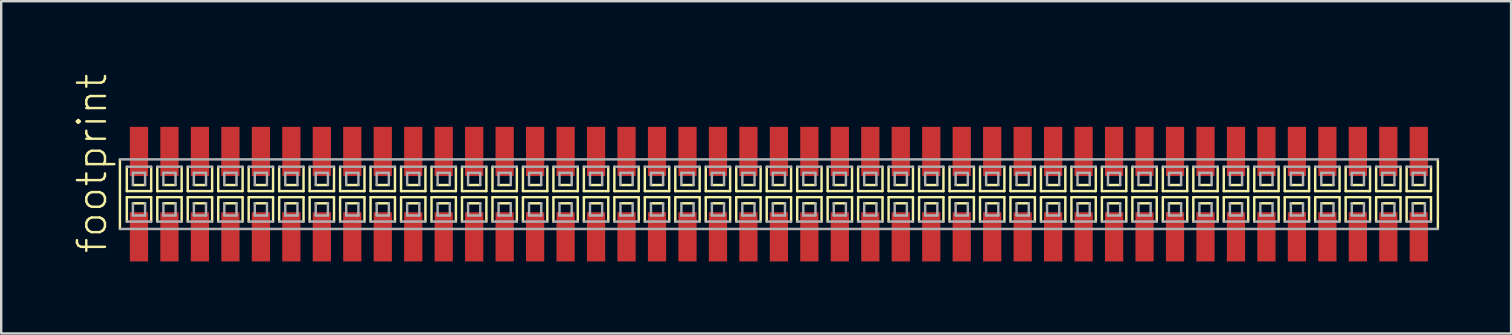
<source format=kicad_pcb>
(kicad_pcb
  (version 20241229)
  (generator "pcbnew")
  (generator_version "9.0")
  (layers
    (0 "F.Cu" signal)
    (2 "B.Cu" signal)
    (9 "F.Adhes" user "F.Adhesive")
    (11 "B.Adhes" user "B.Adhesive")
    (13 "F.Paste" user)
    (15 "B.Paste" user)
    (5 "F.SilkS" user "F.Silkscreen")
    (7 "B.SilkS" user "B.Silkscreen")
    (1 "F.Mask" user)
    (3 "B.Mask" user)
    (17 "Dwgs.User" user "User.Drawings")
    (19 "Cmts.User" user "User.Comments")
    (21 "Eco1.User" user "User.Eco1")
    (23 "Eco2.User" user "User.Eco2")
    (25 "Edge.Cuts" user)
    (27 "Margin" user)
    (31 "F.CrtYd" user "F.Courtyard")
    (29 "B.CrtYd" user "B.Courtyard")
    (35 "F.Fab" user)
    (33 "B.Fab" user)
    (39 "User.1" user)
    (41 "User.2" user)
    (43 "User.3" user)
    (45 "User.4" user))
  (footprint "footprint"
    (layer "F.Cu")
    (at 29.413 5.042)
    (property "Reference" "footprint" (at -27.94 2.54 90) (layer "F.SilkS") (effects (font (size 1.168 1.168) (thickness 0.102)) (justify left bottom)))
    (fp_line (start -27.465 -1.45) (end -27.465 1.45) (stroke (width 0.102) (type solid)) (layer "F.SilkS"))
    (fp_line (start -27.178 -1.143) (end -27.178 -0.127) (stroke (width 0.102) (type solid)) (layer "F.SilkS"))
    (fp_line (start -27.178 -0.127) (end -26.162 -0.127) (stroke (width 0.102) (type solid)) (layer "F.SilkS"))
    (fp_line (start -27.178 0.127) (end -27.178 1.143) (stroke (width 0.102) (type solid)) (layer "F.SilkS"))
    (fp_line (start -26.924 -0.381) (end -26.416 -0.381) (stroke (width 0.102) (type solid)) (layer "F.SilkS"))
    (fp_line (start -26.416 0.381) (end -26.924 0.381) (stroke (width 0.102) (type solid)) (layer "F.SilkS"))
    (fp_line (start -26.162 -0.127) (end -26.162 -1.143) (stroke (width 0.102) (type solid)) (layer "F.SilkS"))
    (fp_line (start -26.162 0.127) (end -27.178 0.127) (stroke (width 0.102) (type solid)) (layer "F.SilkS"))
    (fp_line (start -26.162 1.143) (end -26.162 0.127) (stroke (width 0.102) (type solid)) (layer "F.SilkS"))
    (fp_line (start -25.908 -1.143) (end -25.908 -0.127) (stroke (width 0.102) (type solid)) (layer "F.SilkS"))
    (fp_line (start -25.908 -0.127) (end -24.892 -0.127) (stroke (width 0.102) (type solid)) (layer "F.SilkS"))
    (fp_line (start -25.908 0.127) (end -25.908 1.143) (stroke (width 0.102) (type solid)) (layer "F.SilkS"))
    (fp_line (start -25.654 -0.381) (end -25.146 -0.381) (stroke (width 0.102) (type solid)) (layer "F.SilkS"))
    (fp_line (start -25.146 0.381) (end -25.654 0.381) (stroke (width 0.102) (type solid)) (layer "F.SilkS"))
    (fp_line (start -24.892 -0.127) (end -24.892 -1.143) (stroke (width 0.102) (type solid)) (layer "F.SilkS"))
    (fp_line (start -24.892 0.127) (end -25.908 0.127) (stroke (width 0.102) (type solid)) (layer "F.SilkS"))
    (fp_line (start -24.892 1.143) (end -24.892 0.127) (stroke (width 0.102) (type solid)) (layer "F.SilkS"))
    (fp_line (start -24.638 -1.143) (end -24.638 -0.127) (stroke (width 0.102) (type solid)) (layer "F.SilkS"))
    (fp_line (start -24.638 -0.127) (end -23.622 -0.127) (stroke (width 0.102) (type solid)) (layer "F.SilkS"))
    (fp_line (start -24.638 0.127) (end -24.638 1.143) (stroke (width 0.102) (type solid)) (layer "F.SilkS"))
    (fp_line (start -24.384 -0.381) (end -23.876 -0.381) (stroke (width 0.102) (type solid)) (layer "F.SilkS"))
    (fp_line (start -23.876 0.381) (end -24.384 0.381) (stroke (width 0.102) (type solid)) (layer "F.SilkS"))
    (fp_line (start -23.622 -0.127) (end -23.622 -1.143) (stroke (width 0.102) (type solid)) (layer "F.SilkS"))
    (fp_line (start -23.622 0.127) (end -24.638 0.127) (stroke (width 0.102) (type solid)) (layer "F.SilkS"))
    (fp_line (start -23.622 1.143) (end -23.622 0.127) (stroke (width 0.102) (type solid)) (layer "F.SilkS"))
    (fp_line (start -23.368 -1.143) (end -23.368 -0.127) (stroke (width 0.102) (type solid)) (layer "F.SilkS"))
    (fp_line (start -23.368 -0.127) (end -22.352 -0.127) (stroke (width 0.102) (type solid)) (layer "F.SilkS"))
    (fp_line (start -23.368 0.127) (end -23.368 1.143) (stroke (width 0.102) (type solid)) (layer "F.SilkS"))
    (fp_line (start -23.114 -0.381) (end -22.606 -0.381) (stroke (width 0.102) (type solid)) (layer "F.SilkS"))
    (fp_line (start -22.606 0.381) (end -23.114 0.381) (stroke (width 0.102) (type solid)) (layer "F.SilkS"))
    (fp_line (start -22.352 -0.127) (end -22.352 -1.143) (stroke (width 0.102) (type solid)) (layer "F.SilkS"))
    (fp_line (start -22.352 0.127) (end -23.368 0.127) (stroke (width 0.102) (type solid)) (layer "F.SilkS"))
    (fp_line (start -22.352 1.143) (end -22.352 0.127) (stroke (width 0.102) (type solid)) (layer "F.SilkS"))
    (fp_line (start -22.098 -1.143) (end -22.098 -0.127) (stroke (width 0.102) (type solid)) (layer "F.SilkS"))
    (fp_line (start -22.098 -0.127) (end -21.082 -0.127) (stroke (width 0.102) (type solid)) (layer "F.SilkS"))
    (fp_line (start -22.098 0.127) (end -22.098 1.143) (stroke (width 0.102) (type solid)) (layer "F.SilkS"))
    (fp_line (start -21.844 -0.381) (end -21.336 -0.381) (stroke (width 0.102) (type solid)) (layer "F.SilkS"))
    (fp_line (start -21.336 0.381) (end -21.844 0.381) (stroke (width 0.102) (type solid)) (layer "F.SilkS"))
    (fp_line (start -21.082 -0.127) (end -21.082 -1.143) (stroke (width 0.102) (type solid)) (layer "F.SilkS"))
    (fp_line (start -21.082 0.127) (end -22.098 0.127) (stroke (width 0.102) (type solid)) (layer "F.SilkS"))
    (fp_line (start -21.082 1.143) (end -21.082 0.127) (stroke (width 0.102) (type solid)) (layer "F.SilkS"))
    (fp_line (start -20.828 -1.143) (end -20.828 -0.127) (stroke (width 0.102) (type solid)) (layer "F.SilkS"))
    (fp_line (start -20.828 -0.127) (end -19.812 -0.127) (stroke (width 0.102) (type solid)) (layer "F.SilkS"))
    (fp_line (start -20.828 0.127) (end -20.828 1.143) (stroke (width 0.102) (type solid)) (layer "F.SilkS"))
    (fp_line (start -20.574 -0.381) (end -20.066 -0.381) (stroke (width 0.102) (type solid)) (layer "F.SilkS"))
    (fp_line (start -20.066 0.381) (end -20.574 0.381) (stroke (width 0.102) (type solid)) (layer "F.SilkS"))
    (fp_line (start -19.812 -0.127) (end -19.812 -1.143) (stroke (width 0.102) (type solid)) (layer "F.SilkS"))
    (fp_line (start -19.812 0.127) (end -20.828 0.127) (stroke (width 0.102) (type solid)) (layer "F.SilkS"))
    (fp_line (start -19.812 1.143) (end -19.812 0.127) (stroke (width 0.102) (type solid)) (layer "F.SilkS"))
    (fp_line (start -19.558 -1.143) (end -19.558 -0.127) (stroke (width 0.102) (type solid)) (layer "F.SilkS"))
    (fp_line (start -19.558 -0.127) (end -18.542 -0.127) (stroke (width 0.102) (type solid)) (layer "F.SilkS"))
    (fp_line (start -19.558 0.127) (end -19.558 1.143) (stroke (width 0.102) (type solid)) (layer "F.SilkS"))
    (fp_line (start -19.304 -0.381) (end -18.796 -0.381) (stroke (width 0.102) (type solid)) (layer "F.SilkS"))
    (fp_line (start -18.796 0.381) (end -19.304 0.381) (stroke (width 0.102) (type solid)) (layer "F.SilkS"))
    (fp_line (start -18.542 -0.127) (end -18.542 -1.143) (stroke (width 0.102) (type solid)) (layer "F.SilkS"))
    (fp_line (start -18.542 0.127) (end -19.558 0.127) (stroke (width 0.102) (type solid)) (layer "F.SilkS"))
    (fp_line (start -18.542 1.143) (end -18.542 0.127) (stroke (width 0.102) (type solid)) (layer "F.SilkS"))
    (fp_line (start -18.288 -1.143) (end -18.288 -0.127) (stroke (width 0.102) (type solid)) (layer "F.SilkS"))
    (fp_line (start -18.288 -0.127) (end -17.272 -0.127) (stroke (width 0.102) (type solid)) (layer "F.SilkS"))
    (fp_line (start -18.288 0.127) (end -18.288 1.143) (stroke (width 0.102) (type solid)) (layer "F.SilkS"))
    (fp_line (start -18.034 -0.381) (end -17.526 -0.381) (stroke (width 0.102) (type solid)) (layer "F.SilkS"))
    (fp_line (start -17.526 0.381) (end -18.034 0.381) (stroke (width 0.102) (type solid)) (layer "F.SilkS"))
    (fp_line (start -17.272 -0.127) (end -17.272 -1.143) (stroke (width 0.102) (type solid)) (layer "F.SilkS"))
    (fp_line (start -17.272 0.127) (end -18.288 0.127) (stroke (width 0.102) (type solid)) (layer "F.SilkS"))
    (fp_line (start -17.272 1.143) (end -17.272 0.127) (stroke (width 0.102) (type solid)) (layer "F.SilkS"))
    (fp_line (start -17.018 -1.143) (end -17.018 -0.127) (stroke (width 0.102) (type solid)) (layer "F.SilkS"))
    (fp_line (start -17.018 -0.127) (end -16.002 -0.127) (stroke (width 0.102) (type solid)) (layer "F.SilkS"))
    (fp_line (start -17.018 0.127) (end -17.018 1.143) (stroke (width 0.102) (type solid)) (layer "F.SilkS"))
    (fp_line (start -16.764 -0.381) (end -16.256 -0.381) (stroke (width 0.102) (type solid)) (layer "F.SilkS"))
    (fp_line (start -16.256 0.381) (end -16.764 0.381) (stroke (width 0.102) (type solid)) (layer "F.SilkS"))
    (fp_line (start -16.002 -0.127) (end -16.002 -1.143) (stroke (width 0.102) (type solid)) (layer "F.SilkS"))
    (fp_line (start -16.002 0.127) (end -17.018 0.127) (stroke (width 0.102) (type solid)) (layer "F.SilkS"))
    (fp_line (start -16.002 1.143) (end -16.002 0.127) (stroke (width 0.102) (type solid)) (layer "F.SilkS"))
    (fp_line (start -15.748 -1.143) (end -15.748 -0.127) (stroke (width 0.102) (type solid)) (layer "F.SilkS"))
    (fp_line (start -15.748 -0.127) (end -14.732 -0.127) (stroke (width 0.102) (type solid)) (layer "F.SilkS"))
    (fp_line (start -15.748 0.127) (end -15.748 1.143) (stroke (width 0.102) (type solid)) (layer "F.SilkS"))
    (fp_line (start -15.494 -0.381) (end -14.986 -0.381) (stroke (width 0.102) (type solid)) (layer "F.SilkS"))
    (fp_line (start -14.986 0.381) (end -15.494 0.381) (stroke (width 0.102) (type solid)) (layer "F.SilkS"))
    (fp_line (start -14.732 -0.127) (end -14.732 -1.143) (stroke (width 0.102) (type solid)) (layer "F.SilkS"))
    (fp_line (start -14.732 0.127) (end -15.748 0.127) (stroke (width 0.102) (type solid)) (layer "F.SilkS"))
    (fp_line (start -14.732 1.143) (end -14.732 0.127) (stroke (width 0.102) (type solid)) (layer "F.SilkS"))
    (fp_line (start -14.478 -1.143) (end -14.478 -0.127) (stroke (width 0.102) (type solid)) (layer "F.SilkS"))
    (fp_line (start -14.478 -0.127) (end -13.462 -0.127) (stroke (width 0.102) (type solid)) (layer "F.SilkS"))
    (fp_line (start -14.478 0.127) (end -14.478 1.143) (stroke (width 0.102) (type solid)) (layer "F.SilkS"))
    (fp_line (start -14.224 -0.381) (end -13.716 -0.381) (stroke (width 0.102) (type solid)) (layer "F.SilkS"))
    (fp_line (start -13.716 0.381) (end -14.224 0.381) (stroke (width 0.102) (type solid)) (layer "F.SilkS"))
    (fp_line (start -13.462 -0.127) (end -13.462 -1.143) (stroke (width 0.102) (type solid)) (layer "F.SilkS"))
    (fp_line (start -13.462 0.127) (end -14.478 0.127) (stroke (width 0.102) (type solid)) (layer "F.SilkS"))
    (fp_line (start -13.462 1.143) (end -13.462 0.127) (stroke (width 0.102) (type solid)) (layer "F.SilkS"))
    (fp_line (start -13.208 -1.143) (end -13.208 -0.127) (stroke (width 0.102) (type solid)) (layer "F.SilkS"))
    (fp_line (start -13.208 -0.127) (end -12.192 -0.127) (stroke (width 0.102) (type solid)) (layer "F.SilkS"))
    (fp_line (start -13.208 0.127) (end -13.208 1.143) (stroke (width 0.102) (type solid)) (layer "F.SilkS"))
    (fp_line (start -12.954 -0.381) (end -12.446 -0.381) (stroke (width 0.102) (type solid)) (layer "F.SilkS"))
    (fp_line (start -12.446 0.381) (end -12.954 0.381) (stroke (width 0.102) (type solid)) (layer "F.SilkS"))
    (fp_line (start -12.192 -0.127) (end -12.192 -1.143) (stroke (width 0.102) (type solid)) (layer "F.SilkS"))
    (fp_line (start -12.192 0.127) (end -13.208 0.127) (stroke (width 0.102) (type solid)) (layer "F.SilkS"))
    (fp_line (start -12.192 1.143) (end -12.192 0.127) (stroke (width 0.102) (type solid)) (layer "F.SilkS"))
    (fp_line (start -11.938 -1.143) (end -11.938 -0.127) (stroke (width 0.102) (type solid)) (layer "F.SilkS"))
    (fp_line (start -11.938 -0.127) (end -10.922 -0.127) (stroke (width 0.102) (type solid)) (layer "F.SilkS"))
    (fp_line (start -11.938 0.127) (end -11.938 1.143) (stroke (width 0.102) (type solid)) (layer "F.SilkS"))
    (fp_line (start -11.684 -0.381) (end -11.176 -0.381) (stroke (width 0.102) (type solid)) (layer "F.SilkS"))
    (fp_line (start -11.176 0.381) (end -11.684 0.381) (stroke (width 0.102) (type solid)) (layer "F.SilkS"))
    (fp_line (start -10.922 -0.127) (end -10.922 -1.143) (stroke (width 0.102) (type solid)) (layer "F.SilkS"))
    (fp_line (start -10.922 0.127) (end -11.938 0.127) (stroke (width 0.102) (type solid)) (layer "F.SilkS"))
    (fp_line (start -10.922 1.143) (end -10.922 0.127) (stroke (width 0.102) (type solid)) (layer "F.SilkS"))
    (fp_line (start -10.668 -1.143) (end -10.668 -0.127) (stroke (width 0.102) (type solid)) (layer "F.SilkS"))
    (fp_line (start -10.668 -0.127) (end -9.652 -0.127) (stroke (width 0.102) (type solid)) (layer "F.SilkS"))
    (fp_line (start -10.668 0.127) (end -10.668 1.143) (stroke (width 0.102) (type solid)) (layer "F.SilkS"))
    (fp_line (start -10.414 -0.381) (end -9.906 -0.381) (stroke (width 0.102) (type solid)) (layer "F.SilkS"))
    (fp_line (start -9.906 0.381) (end -10.414 0.381) (stroke (width 0.102) (type solid)) (layer "F.SilkS"))
    (fp_line (start -9.652 -0.127) (end -9.652 -1.143) (stroke (width 0.102) (type solid)) (layer "F.SilkS"))
    (fp_line (start -9.652 0.127) (end -10.668 0.127) (stroke (width 0.102) (type solid)) (layer "F.SilkS"))
    (fp_line (start -9.652 1.143) (end -9.652 0.127) (stroke (width 0.102) (type solid)) (layer "F.SilkS"))
    (fp_line (start -9.398 -1.143) (end -9.398 -0.127) (stroke (width 0.102) (type solid)) (layer "F.SilkS"))
    (fp_line (start -9.398 -0.127) (end -8.382 -0.127) (stroke (width 0.102) (type solid)) (layer "F.SilkS"))
    (fp_line (start -9.398 0.127) (end -9.398 1.143) (stroke (width 0.102) (type solid)) (layer "F.SilkS"))
    (fp_line (start -9.144 -0.381) (end -8.636 -0.381) (stroke (width 0.102) (type solid)) (layer "F.SilkS"))
    (fp_line (start -8.636 0.381) (end -9.144 0.381) (stroke (width 0.102) (type solid)) (layer "F.SilkS"))
    (fp_line (start -8.382 -0.127) (end -8.382 -1.143) (stroke (width 0.102) (type solid)) (layer "F.SilkS"))
    (fp_line (start -8.382 0.127) (end -9.398 0.127) (stroke (width 0.102) (type solid)) (layer "F.SilkS"))
    (fp_line (start -8.382 1.143) (end -8.382 0.127) (stroke (width 0.102) (type solid)) (layer "F.SilkS"))
    (fp_line (start -8.128 -1.143) (end -8.128 -0.127) (stroke (width 0.102) (type solid)) (layer "F.SilkS"))
    (fp_line (start -8.128 -0.127) (end -7.112 -0.127) (stroke (width 0.102) (type solid)) (layer "F.SilkS"))
    (fp_line (start -8.128 0.127) (end -8.128 1.143) (stroke (width 0.102) (type solid)) (layer "F.SilkS"))
    (fp_line (start -7.874 -0.381) (end -7.366 -0.381) (stroke (width 0.102) (type solid)) (layer "F.SilkS"))
    (fp_line (start -7.366 0.381) (end -7.874 0.381) (stroke (width 0.102) (type solid)) (layer "F.SilkS"))
    (fp_line (start -7.112 -0.127) (end -7.112 -1.143) (stroke (width 0.102) (type solid)) (layer "F.SilkS"))
    (fp_line (start -7.112 0.127) (end -8.128 0.127) (stroke (width 0.102) (type solid)) (layer "F.SilkS"))
    (fp_line (start -7.112 1.143) (end -7.112 0.127) (stroke (width 0.102) (type solid)) (layer "F.SilkS"))
    (fp_line (start -6.858 -1.143) (end -6.858 -0.127) (stroke (width 0.102) (type solid)) (layer "F.SilkS"))
    (fp_line (start -6.858 -0.127) (end -5.842 -0.127) (stroke (width 0.102) (type solid)) (layer "F.SilkS"))
    (fp_line (start -6.858 0.127) (end -6.858 1.143) (stroke (width 0.102) (type solid)) (layer "F.SilkS"))
    (fp_line (start -6.604 -0.381) (end -6.096 -0.381) (stroke (width 0.102) (type solid)) (layer "F.SilkS"))
    (fp_line (start -6.096 0.381) (end -6.604 0.381) (stroke (width 0.102) (type solid)) (layer "F.SilkS"))
    (fp_line (start -5.842 -0.127) (end -5.842 -1.143) (stroke (width 0.102) (type solid)) (layer "F.SilkS"))
    (fp_line (start -5.842 0.127) (end -6.858 0.127) (stroke (width 0.102) (type solid)) (layer "F.SilkS"))
    (fp_line (start -5.842 1.143) (end -5.842 0.127) (stroke (width 0.102) (type solid)) (layer "F.SilkS"))
    (fp_line (start -5.588 -1.143) (end -5.588 -0.127) (stroke (width 0.102) (type solid)) (layer "F.SilkS"))
    (fp_line (start -5.588 -0.127) (end -4.572 -0.127) (stroke (width 0.102) (type solid)) (layer "F.SilkS"))
    (fp_line (start -5.588 0.127) (end -5.588 1.143) (stroke (width 0.102) (type solid)) (layer "F.SilkS"))
    (fp_line (start -5.334 -0.381) (end -4.826 -0.381) (stroke (width 0.102) (type solid)) (layer "F.SilkS"))
    (fp_line (start -4.826 0.381) (end -5.334 0.381) (stroke (width 0.102) (type solid)) (layer "F.SilkS"))
    (fp_line (start -4.572 -0.127) (end -4.572 -1.143) (stroke (width 0.102) (type solid)) (layer "F.SilkS"))
    (fp_line (start -4.572 0.127) (end -5.588 0.127) (stroke (width 0.102) (type solid)) (layer "F.SilkS"))
    (fp_line (start -4.572 1.143) (end -4.572 0.127) (stroke (width 0.102) (type solid)) (layer "F.SilkS"))
    (fp_line (start -4.318 -1.143) (end -4.318 -0.127) (stroke (width 0.102) (type solid)) (layer "F.SilkS"))
    (fp_line (start -4.318 -0.127) (end -3.302 -0.127) (stroke (width 0.102) (type solid)) (layer "F.SilkS"))
    (fp_line (start -4.318 0.127) (end -4.318 1.143) (stroke (width 0.102) (type solid)) (layer "F.SilkS"))
    (fp_line (start -4.064 -0.381) (end -3.556 -0.381) (stroke (width 0.102) (type solid)) (layer "F.SilkS"))
    (fp_line (start -3.556 0.381) (end -4.064 0.381) (stroke (width 0.102) (type solid)) (layer "F.SilkS"))
    (fp_line (start -3.302 -0.127) (end -3.302 -1.143) (stroke (width 0.102) (type solid)) (layer "F.SilkS"))
    (fp_line (start -3.302 0.127) (end -4.318 0.127) (stroke (width 0.102) (type solid)) (layer "F.SilkS"))
    (fp_line (start -3.302 1.143) (end -3.302 0.127) (stroke (width 0.102) (type solid)) (layer "F.SilkS"))
    (fp_line (start -3.048 -1.143) (end -3.048 -0.127) (stroke (width 0.102) (type solid)) (layer "F.SilkS"))
    (fp_line (start -3.048 -0.127) (end -2.032 -0.127) (stroke (width 0.102) (type solid)) (layer "F.SilkS"))
    (fp_line (start -3.048 0.127) (end -3.048 1.143) (stroke (width 0.102) (type solid)) (layer "F.SilkS"))
    (fp_line (start -2.794 -0.381) (end -2.286 -0.381) (stroke (width 0.102) (type solid)) (layer "F.SilkS"))
    (fp_line (start -2.286 0.381) (end -2.794 0.381) (stroke (width 0.102) (type solid)) (layer "F.SilkS"))
    (fp_line (start -2.032 -0.127) (end -2.032 -1.143) (stroke (width 0.102) (type solid)) (layer "F.SilkS"))
    (fp_line (start -2.032 0.127) (end -3.048 0.127) (stroke (width 0.102) (type solid)) (layer "F.SilkS"))
    (fp_line (start -2.032 1.143) (end -2.032 0.127) (stroke (width 0.102) (type solid)) (layer "F.SilkS"))
    (fp_line (start -1.778 -1.143) (end -1.778 -0.127) (stroke (width 0.102) (type solid)) (layer "F.SilkS"))
    (fp_line (start -1.778 -0.127) (end -0.762 -0.127) (stroke (width 0.102) (type solid)) (layer "F.SilkS"))
    (fp_line (start -1.778 0.127) (end -1.778 1.143) (stroke (width 0.102) (type solid)) (layer "F.SilkS"))
    (fp_line (start -1.524 -0.381) (end -1.016 -0.381) (stroke (width 0.102) (type solid)) (layer "F.SilkS"))
    (fp_line (start -1.016 0.381) (end -1.524 0.381) (stroke (width 0.102) (type solid)) (layer "F.SilkS"))
    (fp_line (start -0.762 -0.127) (end -0.762 -1.143) (stroke (width 0.102) (type solid)) (layer "F.SilkS"))
    (fp_line (start -0.762 0.127) (end -1.778 0.127) (stroke (width 0.102) (type solid)) (layer "F.SilkS"))
    (fp_line (start -0.762 1.143) (end -0.762 0.127) (stroke (width 0.102) (type solid)) (layer "F.SilkS"))
    (fp_line (start -0.508 -1.143) (end -0.508 -0.127) (stroke (width 0.102) (type solid)) (layer "F.SilkS"))
    (fp_line (start -0.508 -0.127) (end 0.508 -0.127) (stroke (width 0.102) (type solid)) (layer "F.SilkS"))
    (fp_line (start -0.508 0.127) (end -0.508 1.143) (stroke (width 0.102) (type solid)) (layer "F.SilkS"))
    (fp_line (start -0.254 -0.381) (end 0.254 -0.381) (stroke (width 0.102) (type solid)) (layer "F.SilkS"))
    (fp_line (start 0.254 0.381) (end -0.254 0.381) (stroke (width 0.102) (type solid)) (layer "F.SilkS"))
    (fp_line (start 0.508 -0.127) (end 0.508 -1.143) (stroke (width 0.102) (type solid)) (layer "F.SilkS"))
    (fp_line (start 0.508 0.127) (end -0.508 0.127) (stroke (width 0.102) (type solid)) (layer "F.SilkS"))
    (fp_line (start 0.508 1.143) (end 0.508 0.127) (stroke (width 0.102) (type solid)) (layer "F.SilkS"))
    (fp_line (start 0.762 -1.143) (end 0.762 -0.127) (stroke (width 0.102) (type solid)) (layer "F.SilkS"))
    (fp_line (start 0.762 -0.127) (end 1.778 -0.127) (stroke (width 0.102) (type solid)) (layer "F.SilkS"))
    (fp_line (start 0.762 0.127) (end 0.762 1.143) (stroke (width 0.102) (type solid)) (layer "F.SilkS"))
    (fp_line (start 1.016 -0.381) (end 1.524 -0.381) (stroke (width 0.102) (type solid)) (layer "F.SilkS"))
    (fp_line (start 1.524 0.381) (end 1.016 0.381) (stroke (width 0.102) (type solid)) (layer "F.SilkS"))
    (fp_line (start 1.778 -0.127) (end 1.778 -1.143) (stroke (width 0.102) (type solid)) (layer "F.SilkS"))
    (fp_line (start 1.778 0.127) (end 0.762 0.127) (stroke (width 0.102) (type solid)) (layer "F.SilkS"))
    (fp_line (start 1.778 1.143) (end 1.778 0.127) (stroke (width 0.102) (type solid)) (layer "F.SilkS"))
    (fp_line (start 2.032 -1.143) (end 2.032 -0.127) (stroke (width 0.102) (type solid)) (layer "F.SilkS"))
    (fp_line (start 2.032 -0.127) (end 3.048 -0.127) (stroke (width 0.102) (type solid)) (layer "F.SilkS"))
    (fp_line (start 2.032 0.127) (end 2.032 1.143) (stroke (width 0.102) (type solid)) (layer "F.SilkS"))
    (fp_line (start 2.286 -0.381) (end 2.794 -0.381) (stroke (width 0.102) (type solid)) (layer "F.SilkS"))
    (fp_line (start 2.794 0.381) (end 2.286 0.381) (stroke (width 0.102) (type solid)) (layer "F.SilkS"))
    (fp_line (start 3.048 -0.127) (end 3.048 -1.143) (stroke (width 0.102) (type solid)) (layer "F.SilkS"))
    (fp_line (start 3.048 0.127) (end 2.032 0.127) (stroke (width 0.102) (type solid)) (layer "F.SilkS"))
    (fp_line (start 3.048 1.143) (end 3.048 0.127) (stroke (width 0.102) (type solid)) (layer "F.SilkS"))
    (fp_line (start 3.302 -1.143) (end 3.302 -0.127) (stroke (width 0.102) (type solid)) (layer "F.SilkS"))
    (fp_line (start 3.302 -0.127) (end 4.318 -0.127) (stroke (width 0.102) (type solid)) (layer "F.SilkS"))
    (fp_line (start 3.302 0.127) (end 3.302 1.143) (stroke (width 0.102) (type solid)) (layer "F.SilkS"))
    (fp_line (start 3.556 -0.381) (end 4.064 -0.381) (stroke (width 0.102) (type solid)) (layer "F.SilkS"))
    (fp_line (start 4.064 0.381) (end 3.556 0.381) (stroke (width 0.102) (type solid)) (layer "F.SilkS"))
    (fp_line (start 4.318 -0.127) (end 4.318 -1.143) (stroke (width 0.102) (type solid)) (layer "F.SilkS"))
    (fp_line (start 4.318 0.127) (end 3.302 0.127) (stroke (width 0.102) (type solid)) (layer "F.SilkS"))
    (fp_line (start 4.318 1.143) (end 4.318 0.127) (stroke (width 0.102) (type solid)) (layer "F.SilkS"))
    (fp_line (start 4.572 -1.143) (end 4.572 -0.127) (stroke (width 0.102) (type solid)) (layer "F.SilkS"))
    (fp_line (start 4.572 -0.127) (end 5.588 -0.127) (stroke (width 0.102) (type solid)) (layer "F.SilkS"))
    (fp_line (start 4.572 0.127) (end 4.572 1.143) (stroke (width 0.102) (type solid)) (layer "F.SilkS"))
    (fp_line (start 4.826 -0.381) (end 5.334 -0.381) (stroke (width 0.102) (type solid)) (layer "F.SilkS"))
    (fp_line (start 5.334 0.381) (end 4.826 0.381) (stroke (width 0.102) (type solid)) (layer "F.SilkS"))
    (fp_line (start 5.588 -0.127) (end 5.588 -1.143) (stroke (width 0.102) (type solid)) (layer "F.SilkS"))
    (fp_line (start 5.588 0.127) (end 4.572 0.127) (stroke (width 0.102) (type solid)) (layer "F.SilkS"))
    (fp_line (start 5.588 1.143) (end 5.588 0.127) (stroke (width 0.102) (type solid)) (layer "F.SilkS"))
    (fp_line (start 5.842 -1.143) (end 5.842 -0.127) (stroke (width 0.102) (type solid)) (layer "F.SilkS"))
    (fp_line (start 5.842 -0.127) (end 6.858 -0.127) (stroke (width 0.102) (type solid)) (layer "F.SilkS"))
    (fp_line (start 5.842 0.127) (end 5.842 1.143) (stroke (width 0.102) (type solid)) (layer "F.SilkS"))
    (fp_line (start 6.096 -0.381) (end 6.604 -0.381) (stroke (width 0.102) (type solid)) (layer "F.SilkS"))
    (fp_line (start 6.604 0.381) (end 6.096 0.381) (stroke (width 0.102) (type solid)) (layer "F.SilkS"))
    (fp_line (start 6.858 -0.127) (end 6.858 -1.143) (stroke (width 0.102) (type solid)) (layer "F.SilkS"))
    (fp_line (start 6.858 0.127) (end 5.842 0.127) (stroke (width 0.102) (type solid)) (layer "F.SilkS"))
    (fp_line (start 6.858 1.143) (end 6.858 0.127) (stroke (width 0.102) (type solid)) (layer "F.SilkS"))
    (fp_line (start 7.112 -1.143) (end 7.112 -0.127) (stroke (width 0.102) (type solid)) (layer "F.SilkS"))
    (fp_line (start 7.112 -0.127) (end 8.128 -0.127) (stroke (width 0.102) (type solid)) (layer "F.SilkS"))
    (fp_line (start 7.112 0.127) (end 7.112 1.143) (stroke (width 0.102) (type solid)) (layer "F.SilkS"))
    (fp_line (start 7.366 -0.381) (end 7.874 -0.381) (stroke (width 0.102) (type solid)) (layer "F.SilkS"))
    (fp_line (start 7.874 0.381) (end 7.366 0.381) (stroke (width 0.102) (type solid)) (layer "F.SilkS"))
    (fp_line (start 8.128 -0.127) (end 8.128 -1.143) (stroke (width 0.102) (type solid)) (layer "F.SilkS"))
    (fp_line (start 8.128 0.127) (end 7.112 0.127) (stroke (width 0.102) (type solid)) (layer "F.SilkS"))
    (fp_line (start 8.128 1.143) (end 8.128 0.127) (stroke (width 0.102) (type solid)) (layer "F.SilkS"))
    (fp_line (start 8.382 -1.143) (end 8.382 -0.127) (stroke (width 0.102) (type solid)) (layer "F.SilkS"))
    (fp_line (start 8.382 -0.127) (end 9.398 -0.127) (stroke (width 0.102) (type solid)) (layer "F.SilkS"))
    (fp_line (start 8.382 0.127) (end 8.382 1.143) (stroke (width 0.102) (type solid)) (layer "F.SilkS"))
    (fp_line (start 8.636 -0.381) (end 9.144 -0.381) (stroke (width 0.102) (type solid)) (layer "F.SilkS"))
    (fp_line (start 9.144 0.381) (end 8.636 0.381) (stroke (width 0.102) (type solid)) (layer "F.SilkS"))
    (fp_line (start 9.398 -0.127) (end 9.398 -1.143) (stroke (width 0.102) (type solid)) (layer "F.SilkS"))
    (fp_line (start 9.398 0.127) (end 8.382 0.127) (stroke (width 0.102) (type solid)) (layer "F.SilkS"))
    (fp_line (start 9.398 1.143) (end 9.398 0.127) (stroke (width 0.102) (type solid)) (layer "F.SilkS"))
    (fp_line (start 9.652 -1.143) (end 9.652 -0.127) (stroke (width 0.102) (type solid)) (layer "F.SilkS"))
    (fp_line (start 9.652 -0.127) (end 10.668 -0.127) (stroke (width 0.102) (type solid)) (layer "F.SilkS"))
    (fp_line (start 9.652 0.127) (end 9.652 1.143) (stroke (width 0.102) (type solid)) (layer "F.SilkS"))
    (fp_line (start 9.906 -0.381) (end 10.414 -0.381) (stroke (width 0.102) (type solid)) (layer "F.SilkS"))
    (fp_line (start 10.414 0.381) (end 9.906 0.381) (stroke (width 0.102) (type solid)) (layer "F.SilkS"))
    (fp_line (start 10.668 -0.127) (end 10.668 -1.143) (stroke (width 0.102) (type solid)) (layer "F.SilkS"))
    (fp_line (start 10.668 0.127) (end 9.652 0.127) (stroke (width 0.102) (type solid)) (layer "F.SilkS"))
    (fp_line (start 10.668 1.143) (end 10.668 0.127) (stroke (width 0.102) (type solid)) (layer "F.SilkS"))
    (fp_line (start 10.922 -1.143) (end 10.922 -0.127) (stroke (width 0.102) (type solid)) (layer "F.SilkS"))
    (fp_line (start 10.922 -0.127) (end 11.938 -0.127) (stroke (width 0.102) (type solid)) (layer "F.SilkS"))
    (fp_line (start 10.922 0.127) (end 10.922 1.143) (stroke (width 0.102) (type solid)) (layer "F.SilkS"))
    (fp_line (start 11.176 -0.381) (end 11.684 -0.381) (stroke (width 0.102) (type solid)) (layer "F.SilkS"))
    (fp_line (start 11.684 0.381) (end 11.176 0.381) (stroke (width 0.102) (type solid)) (layer "F.SilkS"))
    (fp_line (start 11.938 -0.127) (end 11.938 -1.143) (stroke (width 0.102) (type solid)) (layer "F.SilkS"))
    (fp_line (start 11.938 0.127) (end 10.922 0.127) (stroke (width 0.102) (type solid)) (layer "F.SilkS"))
    (fp_line (start 11.938 1.143) (end 11.938 0.127) (stroke (width 0.102) (type solid)) (layer "F.SilkS"))
    (fp_line (start 12.192 -1.143) (end 12.192 -0.127) (stroke (width 0.102) (type solid)) (layer "F.SilkS"))
    (fp_line (start 12.192 -0.127) (end 13.208 -0.127) (stroke (width 0.102) (type solid)) (layer "F.SilkS"))
    (fp_line (start 12.192 0.127) (end 12.192 1.143) (stroke (width 0.102) (type solid)) (layer "F.SilkS"))
    (fp_line (start 12.446 -0.381) (end 12.954 -0.381) (stroke (width 0.102) (type solid)) (layer "F.SilkS"))
    (fp_line (start 12.954 0.381) (end 12.446 0.381) (stroke (width 0.102) (type solid)) (layer "F.SilkS"))
    (fp_line (start 13.208 -0.127) (end 13.208 -1.143) (stroke (width 0.102) (type solid)) (layer "F.SilkS"))
    (fp_line (start 13.208 0.127) (end 12.192 0.127) (stroke (width 0.102) (type solid)) (layer "F.SilkS"))
    (fp_line (start 13.208 1.143) (end 13.208 0.127) (stroke (width 0.102) (type solid)) (layer "F.SilkS"))
    (fp_line (start 13.462 -1.143) (end 13.462 -0.127) (stroke (width 0.102) (type solid)) (layer "F.SilkS"))
    (fp_line (start 13.462 -0.127) (end 14.478 -0.127) (stroke (width 0.102) (type solid)) (layer "F.SilkS"))
    (fp_line (start 13.462 0.127) (end 13.462 1.143) (stroke (width 0.102) (type solid)) (layer "F.SilkS"))
    (fp_line (start 13.716 -0.381) (end 14.224 -0.381) (stroke (width 0.102) (type solid)) (layer "F.SilkS"))
    (fp_line (start 14.224 0.381) (end 13.716 0.381) (stroke (width 0.102) (type solid)) (layer "F.SilkS"))
    (fp_line (start 14.478 -0.127) (end 14.478 -1.143) (stroke (width 0.102) (type solid)) (layer "F.SilkS"))
    (fp_line (start 14.478 0.127) (end 13.462 0.127) (stroke (width 0.102) (type solid)) (layer "F.SilkS"))
    (fp_line (start 14.478 1.143) (end 14.478 0.127) (stroke (width 0.102) (type solid)) (layer "F.SilkS"))
    (fp_line (start 14.732 -1.143) (end 14.732 -0.127) (stroke (width 0.102) (type solid)) (layer "F.SilkS"))
    (fp_line (start 14.732 -0.127) (end 15.748 -0.127) (stroke (width 0.102) (type solid)) (layer "F.SilkS"))
    (fp_line (start 14.732 0.127) (end 14.732 1.143) (stroke (width 0.102) (type solid)) (layer "F.SilkS"))
    (fp_line (start 14.986 -0.381) (end 15.494 -0.381) (stroke (width 0.102) (type solid)) (layer "F.SilkS"))
    (fp_line (start 15.494 0.381) (end 14.986 0.381) (stroke (width 0.102) (type solid)) (layer "F.SilkS"))
    (fp_line (start 15.748 -0.127) (end 15.748 -1.143) (stroke (width 0.102) (type solid)) (layer "F.SilkS"))
    (fp_line (start 15.748 0.127) (end 14.732 0.127) (stroke (width 0.102) (type solid)) (layer "F.SilkS"))
    (fp_line (start 15.748 1.143) (end 15.748 0.127) (stroke (width 0.102) (type solid)) (layer "F.SilkS"))
    (fp_line (start 16.002 -1.143) (end 16.002 -0.127) (stroke (width 0.102) (type solid)) (layer "F.SilkS"))
    (fp_line (start 16.002 -0.127) (end 17.018 -0.127) (stroke (width 0.102) (type solid)) (layer "F.SilkS"))
    (fp_line (start 16.002 0.127) (end 16.002 1.143) (stroke (width 0.102) (type solid)) (layer "F.SilkS"))
    (fp_line (start 16.256 -0.381) (end 16.764 -0.381) (stroke (width 0.102) (type solid)) (layer "F.SilkS"))
    (fp_line (start 16.764 0.381) (end 16.256 0.381) (stroke (width 0.102) (type solid)) (layer "F.SilkS"))
    (fp_line (start 17.018 -0.127) (end 17.018 -1.143) (stroke (width 0.102) (type solid)) (layer "F.SilkS"))
    (fp_line (start 17.018 0.127) (end 16.002 0.127) (stroke (width 0.102) (type solid)) (layer "F.SilkS"))
    (fp_line (start 17.018 1.143) (end 17.018 0.127) (stroke (width 0.102) (type solid)) (layer "F.SilkS"))
    (fp_line (start 17.272 -1.143) (end 17.272 -0.127) (stroke (width 0.102) (type solid)) (layer "F.SilkS"))
    (fp_line (start 17.272 -0.127) (end 18.288 -0.127) (stroke (width 0.102) (type solid)) (layer "F.SilkS"))
    (fp_line (start 17.272 0.127) (end 17.272 1.143) (stroke (width 0.102) (type solid)) (layer "F.SilkS"))
    (fp_line (start 17.526 -0.381) (end 18.034 -0.381) (stroke (width 0.102) (type solid)) (layer "F.SilkS"))
    (fp_line (start 18.034 0.381) (end 17.526 0.381) (stroke (width 0.102) (type solid)) (layer "F.SilkS"))
    (fp_line (start 18.288 -0.127) (end 18.288 -1.143) (stroke (width 0.102) (type solid)) (layer "F.SilkS"))
    (fp_line (start 18.288 0.127) (end 17.272 0.127) (stroke (width 0.102) (type solid)) (layer "F.SilkS"))
    (fp_line (start 18.288 1.143) (end 18.288 0.127) (stroke (width 0.102) (type solid)) (layer "F.SilkS"))
    (fp_line (start 18.542 -1.143) (end 18.542 -0.127) (stroke (width 0.102) (type solid)) (layer "F.SilkS"))
    (fp_line (start 18.542 -0.127) (end 19.558 -0.127) (stroke (width 0.102) (type solid)) (layer "F.SilkS"))
    (fp_line (start 18.542 0.127) (end 18.542 1.143) (stroke (width 0.102) (type solid)) (layer "F.SilkS"))
    (fp_line (start 18.796 -0.381) (end 19.304 -0.381) (stroke (width 0.102) (type solid)) (layer "F.SilkS"))
    (fp_line (start 19.304 0.381) (end 18.796 0.381) (stroke (width 0.102) (type solid)) (layer "F.SilkS"))
    (fp_line (start 19.558 -0.127) (end 19.558 -1.143) (stroke (width 0.102) (type solid)) (layer "F.SilkS"))
    (fp_line (start 19.558 0.127) (end 18.542 0.127) (stroke (width 0.102) (type solid)) (layer "F.SilkS"))
    (fp_line (start 19.558 1.143) (end 19.558 0.127) (stroke (width 0.102) (type solid)) (layer "F.SilkS"))
    (fp_line (start 19.812 -1.143) (end 19.812 -0.127) (stroke (width 0.102) (type solid)) (layer "F.SilkS"))
    (fp_line (start 19.812 -0.127) (end 20.828 -0.127) (stroke (width 0.102) (type solid)) (layer "F.SilkS"))
    (fp_line (start 19.812 0.127) (end 19.812 1.143) (stroke (width 0.102) (type solid)) (layer "F.SilkS"))
    (fp_line (start 20.066 -0.381) (end 20.574 -0.381) (stroke (width 0.102) (type solid)) (layer "F.SilkS"))
    (fp_line (start 20.574 0.381) (end 20.066 0.381) (stroke (width 0.102) (type solid)) (layer "F.SilkS"))
    (fp_line (start 20.828 -0.127) (end 20.828 -1.143) (stroke (width 0.102) (type solid)) (layer "F.SilkS"))
    (fp_line (start 20.828 0.127) (end 19.812 0.127) (stroke (width 0.102) (type solid)) (layer "F.SilkS"))
    (fp_line (start 20.828 1.143) (end 20.828 0.127) (stroke (width 0.102) (type solid)) (layer "F.SilkS"))
    (fp_line (start 21.082 -1.143) (end 21.082 -0.127) (stroke (width 0.102) (type solid)) (layer "F.SilkS"))
    (fp_line (start 21.082 -0.127) (end 22.098 -0.127) (stroke (width 0.102) (type solid)) (layer "F.SilkS"))
    (fp_line (start 21.082 0.127) (end 21.082 1.143) (stroke (width 0.102) (type solid)) (layer "F.SilkS"))
    (fp_line (start 21.336 -0.381) (end 21.844 -0.381) (stroke (width 0.102) (type solid)) (layer "F.SilkS"))
    (fp_line (start 21.844 0.381) (end 21.336 0.381) (stroke (width 0.102) (type solid)) (layer "F.SilkS"))
    (fp_line (start 22.098 -0.127) (end 22.098 -1.143) (stroke (width 0.102) (type solid)) (layer "F.SilkS"))
    (fp_line (start 22.098 0.127) (end 21.082 0.127) (stroke (width 0.102) (type solid)) (layer "F.SilkS"))
    (fp_line (start 22.098 1.143) (end 22.098 0.127) (stroke (width 0.102) (type solid)) (layer "F.SilkS"))
    (fp_line (start 22.352 -1.143) (end 22.352 -0.127) (stroke (width 0.102) (type solid)) (layer "F.SilkS"))
    (fp_line (start 22.352 -0.127) (end 23.368 -0.127) (stroke (width 0.102) (type solid)) (layer "F.SilkS"))
    (fp_line (start 22.352 0.127) (end 22.352 1.143) (stroke (width 0.102) (type solid)) (layer "F.SilkS"))
    (fp_line (start 22.606 -0.381) (end 23.114 -0.381) (stroke (width 0.102) (type solid)) (layer "F.SilkS"))
    (fp_line (start 23.114 0.381) (end 22.606 0.381) (stroke (width 0.102) (type solid)) (layer "F.SilkS"))
    (fp_line (start 23.368 -0.127) (end 23.368 -1.143) (stroke (width 0.102) (type solid)) (layer "F.SilkS"))
    (fp_line (start 23.368 0.127) (end 22.352 0.127) (stroke (width 0.102) (type solid)) (layer "F.SilkS"))
    (fp_line (start 23.368 1.143) (end 23.368 0.127) (stroke (width 0.102) (type solid)) (layer "F.SilkS"))
    (fp_line (start 23.622 -1.143) (end 23.622 -0.127) (stroke (width 0.102) (type solid)) (layer "F.SilkS"))
    (fp_line (start 23.622 -0.127) (end 24.638 -0.127) (stroke (width 0.102) (type solid)) (layer "F.SilkS"))
    (fp_line (start 23.622 0.127) (end 23.622 1.143) (stroke (width 0.102) (type solid)) (layer "F.SilkS"))
    (fp_line (start 23.876 -0.381) (end 24.384 -0.381) (stroke (width 0.102) (type solid)) (layer "F.SilkS"))
    (fp_line (start 24.384 0.381) (end 23.876 0.381) (stroke (width 0.102) (type solid)) (layer "F.SilkS"))
    (fp_line (start 24.638 -0.127) (end 24.638 -1.143) (stroke (width 0.102) (type solid)) (layer "F.SilkS"))
    (fp_line (start 24.638 0.127) (end 23.622 0.127) (stroke (width 0.102) (type solid)) (layer "F.SilkS"))
    (fp_line (start 24.638 1.143) (end 24.638 0.127) (stroke (width 0.102) (type solid)) (layer "F.SilkS"))
    (fp_line (start 24.892 -1.143) (end 24.892 -0.127) (stroke (width 0.102) (type solid)) (layer "F.SilkS"))
    (fp_line (start 24.892 -0.127) (end 25.908 -0.127) (stroke (width 0.102) (type solid)) (layer "F.SilkS"))
    (fp_line (start 24.892 0.127) (end 24.892 1.143) (stroke (width 0.102) (type solid)) (layer "F.SilkS"))
    (fp_line (start 25.146 -0.381) (end 25.654 -0.381) (stroke (width 0.102) (type solid)) (layer "F.SilkS"))
    (fp_line (start 25.654 0.381) (end 25.146 0.381) (stroke (width 0.102) (type solid)) (layer "F.SilkS"))
    (fp_line (start 25.908 -0.127) (end 25.908 -1.143) (stroke (width 0.102) (type solid)) (layer "F.SilkS"))
    (fp_line (start 25.908 0.127) (end 24.892 0.127) (stroke (width 0.102) (type solid)) (layer "F.SilkS"))
    (fp_line (start 25.908 1.143) (end 25.908 0.127) (stroke (width 0.102) (type solid)) (layer "F.SilkS"))
    (fp_line (start 26.162 -1.143) (end 26.162 -0.127) (stroke (width 0.102) (type solid)) (layer "F.SilkS"))
    (fp_line (start 26.162 -0.127) (end 27.178 -0.127) (stroke (width 0.102) (type solid)) (layer "F.SilkS"))
    (fp_line (start 26.162 0.127) (end 26.162 1.143) (stroke (width 0.102) (type solid)) (layer "F.SilkS"))
    (fp_line (start 26.416 -0.381) (end 26.924 -0.381) (stroke (width 0.102) (type solid)) (layer "F.SilkS"))
    (fp_line (start 26.924 0.381) (end 26.416 0.381) (stroke (width 0.102) (type solid)) (layer "F.SilkS"))
    (fp_line (start 27.178 -0.127) (end 27.178 -1.143) (stroke (width 0.102) (type solid)) (layer "F.SilkS"))
    (fp_line (start 27.178 0.127) (end 26.162 0.127) (stroke (width 0.102) (type solid)) (layer "F.SilkS"))
    (fp_line (start 27.178 1.143) (end 27.178 0.127) (stroke (width 0.102) (type solid)) (layer "F.SilkS"))
    (fp_line (start 27.465 1.45) (end 27.465 -1.45) (stroke (width 0.102) (type solid)) (layer "F.SilkS"))
    (fp_line (start -27.465 1.45) (end 27.465 1.45) (stroke (width 0.102) (type solid)) (layer "F.Fab"))
    (fp_line (start -27.178 1.143) (end -26.162 1.143) (stroke (width 0.102) (type solid)) (layer "F.Fab"))
    (fp_line (start -26.924 -0.889) (end -26.924 -0.381) (stroke (width 0.102) (type solid)) (layer "F.Fab"))
    (fp_line (start -26.924 0.381) (end -26.924 0.889) (stroke (width 0.102) (type solid)) (layer "F.Fab"))
    (fp_line (start -26.924 0.889) (end -26.416 0.889) (stroke (width 0.102) (type solid)) (layer "F.Fab"))
    (fp_line (start -26.416 -0.889) (end -26.924 -0.889) (stroke (width 0.102) (type solid)) (layer "F.Fab"))
    (fp_line (start -26.416 -0.381) (end -26.416 -0.889) (stroke (width 0.102) (type solid)) (layer "F.Fab"))
    (fp_line (start -26.416 0.889) (end -26.416 0.381) (stroke (width 0.102) (type solid)) (layer "F.Fab"))
    (fp_line (start -26.162 -1.143) (end -27.178 -1.143) (stroke (width 0.102) (type solid)) (layer "F.Fab"))
    (fp_line (start -25.908 1.143) (end -24.892 1.143) (stroke (width 0.102) (type solid)) (layer "F.Fab"))
    (fp_line (start -25.654 -0.889) (end -25.654 -0.381) (stroke (width 0.102) (type solid)) (layer "F.Fab"))
    (fp_line (start -25.654 0.381) (end -25.654 0.889) (stroke (width 0.102) (type solid)) (layer "F.Fab"))
    (fp_line (start -25.654 0.889) (end -25.146 0.889) (stroke (width 0.102) (type solid)) (layer "F.Fab"))
    (fp_line (start -25.146 -0.889) (end -25.654 -0.889) (stroke (width 0.102) (type solid)) (layer "F.Fab"))
    (fp_line (start -25.146 -0.381) (end -25.146 -0.889) (stroke (width 0.102) (type solid)) (layer "F.Fab"))
    (fp_line (start -25.146 0.889) (end -25.146 0.381) (stroke (width 0.102) (type solid)) (layer "F.Fab"))
    (fp_line (start -24.892 -1.143) (end -25.908 -1.143) (stroke (width 0.102) (type solid)) (layer "F.Fab"))
    (fp_line (start -24.638 1.143) (end -23.622 1.143) (stroke (width 0.102) (type solid)) (layer "F.Fab"))
    (fp_line (start -24.384 -0.889) (end -24.384 -0.381) (stroke (width 0.102) (type solid)) (layer "F.Fab"))
    (fp_line (start -24.384 0.381) (end -24.384 0.889) (stroke (width 0.102) (type solid)) (layer "F.Fab"))
    (fp_line (start -24.384 0.889) (end -23.876 0.889) (stroke (width 0.102) (type solid)) (layer "F.Fab"))
    (fp_line (start -23.876 -0.889) (end -24.384 -0.889) (stroke (width 0.102) (type solid)) (layer "F.Fab"))
    (fp_line (start -23.876 -0.381) (end -23.876 -0.889) (stroke (width 0.102) (type solid)) (layer "F.Fab"))
    (fp_line (start -23.876 0.889) (end -23.876 0.381) (stroke (width 0.102) (type solid)) (layer "F.Fab"))
    (fp_line (start -23.622 -1.143) (end -24.638 -1.143) (stroke (width 0.102) (type solid)) (layer "F.Fab"))
    (fp_line (start -23.368 1.143) (end -22.352 1.143) (stroke (width 0.102) (type solid)) (layer "F.Fab"))
    (fp_line (start -23.114 -0.889) (end -23.114 -0.381) (stroke (width 0.102) (type solid)) (layer "F.Fab"))
    (fp_line (start -23.114 0.381) (end -23.114 0.889) (stroke (width 0.102) (type solid)) (layer "F.Fab"))
    (fp_line (start -23.114 0.889) (end -22.606 0.889) (stroke (width 0.102) (type solid)) (layer "F.Fab"))
    (fp_line (start -22.606 -0.889) (end -23.114 -0.889) (stroke (width 0.102) (type solid)) (layer "F.Fab"))
    (fp_line (start -22.606 -0.381) (end -22.606 -0.889) (stroke (width 0.102) (type solid)) (layer "F.Fab"))
    (fp_line (start -22.606 0.889) (end -22.606 0.381) (stroke (width 0.102) (type solid)) (layer "F.Fab"))
    (fp_line (start -22.352 -1.143) (end -23.368 -1.143) (stroke (width 0.102) (type solid)) (layer "F.Fab"))
    (fp_line (start -22.098 1.143) (end -21.082 1.143) (stroke (width 0.102) (type solid)) (layer "F.Fab"))
    (fp_line (start -21.844 -0.889) (end -21.844 -0.381) (stroke (width 0.102) (type solid)) (layer "F.Fab"))
    (fp_line (start -21.844 0.381) (end -21.844 0.889) (stroke (width 0.102) (type solid)) (layer "F.Fab"))
    (fp_line (start -21.844 0.889) (end -21.336 0.889) (stroke (width 0.102) (type solid)) (layer "F.Fab"))
    (fp_line (start -21.336 -0.889) (end -21.844 -0.889) (stroke (width 0.102) (type solid)) (layer "F.Fab"))
    (fp_line (start -21.336 -0.381) (end -21.336 -0.889) (stroke (width 0.102) (type solid)) (layer "F.Fab"))
    (fp_line (start -21.336 0.889) (end -21.336 0.381) (stroke (width 0.102) (type solid)) (layer "F.Fab"))
    (fp_line (start -21.082 -1.143) (end -22.098 -1.143) (stroke (width 0.102) (type solid)) (layer "F.Fab"))
    (fp_line (start -20.828 1.143) (end -19.812 1.143) (stroke (width 0.102) (type solid)) (layer "F.Fab"))
    (fp_line (start -20.574 -0.889) (end -20.574 -0.381) (stroke (width 0.102) (type solid)) (layer "F.Fab"))
    (fp_line (start -20.574 0.381) (end -20.574 0.889) (stroke (width 0.102) (type solid)) (layer "F.Fab"))
    (fp_line (start -20.574 0.889) (end -20.066 0.889) (stroke (width 0.102) (type solid)) (layer "F.Fab"))
    (fp_line (start -20.066 -0.889) (end -20.574 -0.889) (stroke (width 0.102) (type solid)) (layer "F.Fab"))
    (fp_line (start -20.066 -0.381) (end -20.066 -0.889) (stroke (width 0.102) (type solid)) (layer "F.Fab"))
    (fp_line (start -20.066 0.889) (end -20.066 0.381) (stroke (width 0.102) (type solid)) (layer "F.Fab"))
    (fp_line (start -19.812 -1.143) (end -20.828 -1.143) (stroke (width 0.102) (type solid)) (layer "F.Fab"))
    (fp_line (start -19.558 1.143) (end -18.542 1.143) (stroke (width 0.102) (type solid)) (layer "F.Fab"))
    (fp_line (start -19.304 -0.889) (end -19.304 -0.381) (stroke (width 0.102) (type solid)) (layer "F.Fab"))
    (fp_line (start -19.304 0.381) (end -19.304 0.889) (stroke (width 0.102) (type solid)) (layer "F.Fab"))
    (fp_line (start -19.304 0.889) (end -18.796 0.889) (stroke (width 0.102) (type solid)) (layer "F.Fab"))
    (fp_line (start -18.796 -0.889) (end -19.304 -0.889) (stroke (width 0.102) (type solid)) (layer "F.Fab"))
    (fp_line (start -18.796 -0.381) (end -18.796 -0.889) (stroke (width 0.102) (type solid)) (layer "F.Fab"))
    (fp_line (start -18.796 0.889) (end -18.796 0.381) (stroke (width 0.102) (type solid)) (layer "F.Fab"))
    (fp_line (start -18.542 -1.143) (end -19.558 -1.143) (stroke (width 0.102) (type solid)) (layer "F.Fab"))
    (fp_line (start -18.288 1.143) (end -17.272 1.143) (stroke (width 0.102) (type solid)) (layer "F.Fab"))
    (fp_line (start -18.034 -0.889) (end -18.034 -0.381) (stroke (width 0.102) (type solid)) (layer "F.Fab"))
    (fp_line (start -18.034 0.381) (end -18.034 0.889) (stroke (width 0.102) (type solid)) (layer "F.Fab"))
    (fp_line (start -18.034 0.889) (end -17.526 0.889) (stroke (width 0.102) (type solid)) (layer "F.Fab"))
    (fp_line (start -17.526 -0.889) (end -18.034 -0.889) (stroke (width 0.102) (type solid)) (layer "F.Fab"))
    (fp_line (start -17.526 -0.381) (end -17.526 -0.889) (stroke (width 0.102) (type solid)) (layer "F.Fab"))
    (fp_line (start -17.526 0.889) (end -17.526 0.381) (stroke (width 0.102) (type solid)) (layer "F.Fab"))
    (fp_line (start -17.272 -1.143) (end -18.288 -1.143) (stroke (width 0.102) (type solid)) (layer "F.Fab"))
    (fp_line (start -17.018 1.143) (end -16.002 1.143) (stroke (width 0.102) (type solid)) (layer "F.Fab"))
    (fp_line (start -16.764 -0.889) (end -16.764 -0.381) (stroke (width 0.102) (type solid)) (layer "F.Fab"))
    (fp_line (start -16.764 0.381) (end -16.764 0.889) (stroke (width 0.102) (type solid)) (layer "F.Fab"))
    (fp_line (start -16.764 0.889) (end -16.256 0.889) (stroke (width 0.102) (type solid)) (layer "F.Fab"))
    (fp_line (start -16.256 -0.889) (end -16.764 -0.889) (stroke (width 0.102) (type solid)) (layer "F.Fab"))
    (fp_line (start -16.256 -0.381) (end -16.256 -0.889) (stroke (width 0.102) (type solid)) (layer "F.Fab"))
    (fp_line (start -16.256 0.889) (end -16.256 0.381) (stroke (width 0.102) (type solid)) (layer "F.Fab"))
    (fp_line (start -16.002 -1.143) (end -17.018 -1.143) (stroke (width 0.102) (type solid)) (layer "F.Fab"))
    (fp_line (start -15.748 1.143) (end -14.732 1.143) (stroke (width 0.102) (type solid)) (layer "F.Fab"))
    (fp_line (start -15.494 -0.889) (end -15.494 -0.381) (stroke (width 0.102) (type solid)) (layer "F.Fab"))
    (fp_line (start -15.494 0.381) (end -15.494 0.889) (stroke (width 0.102) (type solid)) (layer "F.Fab"))
    (fp_line (start -15.494 0.889) (end -14.986 0.889) (stroke (width 0.102) (type solid)) (layer "F.Fab"))
    (fp_line (start -14.986 -0.889) (end -15.494 -0.889) (stroke (width 0.102) (type solid)) (layer "F.Fab"))
    (fp_line (start -14.986 -0.381) (end -14.986 -0.889) (stroke (width 0.102) (type solid)) (layer "F.Fab"))
    (fp_line (start -14.986 0.889) (end -14.986 0.381) (stroke (width 0.102) (type solid)) (layer "F.Fab"))
    (fp_line (start -14.732 -1.143) (end -15.748 -1.143) (stroke (width 0.102) (type solid)) (layer "F.Fab"))
    (fp_line (start -14.478 1.143) (end -13.462 1.143) (stroke (width 0.102) (type solid)) (layer "F.Fab"))
    (fp_line (start -14.224 -0.889) (end -14.224 -0.381) (stroke (width 0.102) (type solid)) (layer "F.Fab"))
    (fp_line (start -14.224 0.381) (end -14.224 0.889) (stroke (width 0.102) (type solid)) (layer "F.Fab"))
    (fp_line (start -14.224 0.889) (end -13.716 0.889) (stroke (width 0.102) (type solid)) (layer "F.Fab"))
    (fp_line (start -13.716 -0.889) (end -14.224 -0.889) (stroke (width 0.102) (type solid)) (layer "F.Fab"))
    (fp_line (start -13.716 -0.381) (end -13.716 -0.889) (stroke (width 0.102) (type solid)) (layer "F.Fab"))
    (fp_line (start -13.716 0.889) (end -13.716 0.381) (stroke (width 0.102) (type solid)) (layer "F.Fab"))
    (fp_line (start -13.462 -1.143) (end -14.478 -1.143) (stroke (width 0.102) (type solid)) (layer "F.Fab"))
    (fp_line (start -13.208 1.143) (end -12.192 1.143) (stroke (width 0.102) (type solid)) (layer "F.Fab"))
    (fp_line (start -12.954 -0.889) (end -12.954 -0.381) (stroke (width 0.102) (type solid)) (layer "F.Fab"))
    (fp_line (start -12.954 0.381) (end -12.954 0.889) (stroke (width 0.102) (type solid)) (layer "F.Fab"))
    (fp_line (start -12.954 0.889) (end -12.446 0.889) (stroke (width 0.102) (type solid)) (layer "F.Fab"))
    (fp_line (start -12.446 -0.889) (end -12.954 -0.889) (stroke (width 0.102) (type solid)) (layer "F.Fab"))
    (fp_line (start -12.446 -0.381) (end -12.446 -0.889) (stroke (width 0.102) (type solid)) (layer "F.Fab"))
    (fp_line (start -12.446 0.889) (end -12.446 0.381) (stroke (width 0.102) (type solid)) (layer "F.Fab"))
    (fp_line (start -12.192 -1.143) (end -13.208 -1.143) (stroke (width 0.102) (type solid)) (layer "F.Fab"))
    (fp_line (start -11.938 1.143) (end -10.922 1.143) (stroke (width 0.102) (type solid)) (layer "F.Fab"))
    (fp_line (start -11.684 -0.889) (end -11.684 -0.381) (stroke (width 0.102) (type solid)) (layer "F.Fab"))
    (fp_line (start -11.684 0.381) (end -11.684 0.889) (stroke (width 0.102) (type solid)) (layer "F.Fab"))
    (fp_line (start -11.684 0.889) (end -11.176 0.889) (stroke (width 0.102) (type solid)) (layer "F.Fab"))
    (fp_line (start -11.176 -0.889) (end -11.684 -0.889) (stroke (width 0.102) (type solid)) (layer "F.Fab"))
    (fp_line (start -11.176 -0.381) (end -11.176 -0.889) (stroke (width 0.102) (type solid)) (layer "F.Fab"))
    (fp_line (start -11.176 0.889) (end -11.176 0.381) (stroke (width 0.102) (type solid)) (layer "F.Fab"))
    (fp_line (start -10.922 -1.143) (end -11.938 -1.143) (stroke (width 0.102) (type solid)) (layer "F.Fab"))
    (fp_line (start -10.668 1.143) (end -9.652 1.143) (stroke (width 0.102) (type solid)) (layer "F.Fab"))
    (fp_line (start -10.414 -0.889) (end -10.414 -0.381) (stroke (width 0.102) (type solid)) (layer "F.Fab"))
    (fp_line (start -10.414 0.381) (end -10.414 0.889) (stroke (width 0.102) (type solid)) (layer "F.Fab"))
    (fp_line (start -10.414 0.889) (end -9.906 0.889) (stroke (width 0.102) (type solid)) (layer "F.Fab"))
    (fp_line (start -9.906 -0.889) (end -10.414 -0.889) (stroke (width 0.102) (type solid)) (layer "F.Fab"))
    (fp_line (start -9.906 -0.381) (end -9.906 -0.889) (stroke (width 0.102) (type solid)) (layer "F.Fab"))
    (fp_line (start -9.906 0.889) (end -9.906 0.381) (stroke (width 0.102) (type solid)) (layer "F.Fab"))
    (fp_line (start -9.652 -1.143) (end -10.668 -1.143) (stroke (width 0.102) (type solid)) (layer "F.Fab"))
    (fp_line (start -9.398 1.143) (end -8.382 1.143) (stroke (width 0.102) (type solid)) (layer "F.Fab"))
    (fp_line (start -9.144 -0.889) (end -9.144 -0.381) (stroke (width 0.102) (type solid)) (layer "F.Fab"))
    (fp_line (start -9.144 0.381) (end -9.144 0.889) (stroke (width 0.102) (type solid)) (layer "F.Fab"))
    (fp_line (start -9.144 0.889) (end -8.636 0.889) (stroke (width 0.102) (type solid)) (layer "F.Fab"))
    (fp_line (start -8.636 -0.889) (end -9.144 -0.889) (stroke (width 0.102) (type solid)) (layer "F.Fab"))
    (fp_line (start -8.636 -0.381) (end -8.636 -0.889) (stroke (width 0.102) (type solid)) (layer "F.Fab"))
    (fp_line (start -8.636 0.889) (end -8.636 0.381) (stroke (width 0.102) (type solid)) (layer "F.Fab"))
    (fp_line (start -8.382 -1.143) (end -9.398 -1.143) (stroke (width 0.102) (type solid)) (layer "F.Fab"))
    (fp_line (start -8.128 1.143) (end -7.112 1.143) (stroke (width 0.102) (type solid)) (layer "F.Fab"))
    (fp_line (start -7.874 -0.889) (end -7.874 -0.381) (stroke (width 0.102) (type solid)) (layer "F.Fab"))
    (fp_line (start -7.874 0.381) (end -7.874 0.889) (stroke (width 0.102) (type solid)) (layer "F.Fab"))
    (fp_line (start -7.874 0.889) (end -7.366 0.889) (stroke (width 0.102) (type solid)) (layer "F.Fab"))
    (fp_line (start -7.366 -0.889) (end -7.874 -0.889) (stroke (width 0.102) (type solid)) (layer "F.Fab"))
    (fp_line (start -7.366 -0.381) (end -7.366 -0.889) (stroke (width 0.102) (type solid)) (layer "F.Fab"))
    (fp_line (start -7.366 0.889) (end -7.366 0.381) (stroke (width 0.102) (type solid)) (layer "F.Fab"))
    (fp_line (start -7.112 -1.143) (end -8.128 -1.143) (stroke (width 0.102) (type solid)) (layer "F.Fab"))
    (fp_line (start -6.858 1.143) (end -5.842 1.143) (stroke (width 0.102) (type solid)) (layer "F.Fab"))
    (fp_line (start -6.604 -0.889) (end -6.604 -0.381) (stroke (width 0.102) (type solid)) (layer "F.Fab"))
    (fp_line (start -6.604 0.381) (end -6.604 0.889) (stroke (width 0.102) (type solid)) (layer "F.Fab"))
    (fp_line (start -6.604 0.889) (end -6.096 0.889) (stroke (width 0.102) (type solid)) (layer "F.Fab"))
    (fp_line (start -6.096 -0.889) (end -6.604 -0.889) (stroke (width 0.102) (type solid)) (layer "F.Fab"))
    (fp_line (start -6.096 -0.381) (end -6.096 -0.889) (stroke (width 0.102) (type solid)) (layer "F.Fab"))
    (fp_line (start -6.096 0.889) (end -6.096 0.381) (stroke (width 0.102) (type solid)) (layer "F.Fab"))
    (fp_line (start -5.842 -1.143) (end -6.858 -1.143) (stroke (width 0.102) (type solid)) (layer "F.Fab"))
    (fp_line (start -5.588 1.143) (end -4.572 1.143) (stroke (width 0.102) (type solid)) (layer "F.Fab"))
    (fp_line (start -5.334 -0.889) (end -5.334 -0.381) (stroke (width 0.102) (type solid)) (layer "F.Fab"))
    (fp_line (start -5.334 0.381) (end -5.334 0.889) (stroke (width 0.102) (type solid)) (layer "F.Fab"))
    (fp_line (start -5.334 0.889) (end -4.826 0.889) (stroke (width 0.102) (type solid)) (layer "F.Fab"))
    (fp_line (start -4.826 -0.889) (end -5.334 -0.889) (stroke (width 0.102) (type solid)) (layer "F.Fab"))
    (fp_line (start -4.826 -0.381) (end -4.826 -0.889) (stroke (width 0.102) (type solid)) (layer "F.Fab"))
    (fp_line (start -4.826 0.889) (end -4.826 0.381) (stroke (width 0.102) (type solid)) (layer "F.Fab"))
    (fp_line (start -4.572 -1.143) (end -5.588 -1.143) (stroke (width 0.102) (type solid)) (layer "F.Fab"))
    (fp_line (start -4.318 1.143) (end -3.302 1.143) (stroke (width 0.102) (type solid)) (layer "F.Fab"))
    (fp_line (start -4.064 -0.889) (end -4.064 -0.381) (stroke (width 0.102) (type solid)) (layer "F.Fab"))
    (fp_line (start -4.064 0.381) (end -4.064 0.889) (stroke (width 0.102) (type solid)) (layer "F.Fab"))
    (fp_line (start -4.064 0.889) (end -3.556 0.889) (stroke (width 0.102) (type solid)) (layer "F.Fab"))
    (fp_line (start -3.556 -0.889) (end -4.064 -0.889) (stroke (width 0.102) (type solid)) (layer "F.Fab"))
    (fp_line (start -3.556 -0.381) (end -3.556 -0.889) (stroke (width 0.102) (type solid)) (layer "F.Fab"))
    (fp_line (start -3.556 0.889) (end -3.556 0.381) (stroke (width 0.102) (type solid)) (layer "F.Fab"))
    (fp_line (start -3.302 -1.143) (end -4.318 -1.143) (stroke (width 0.102) (type solid)) (layer "F.Fab"))
    (fp_line (start -3.048 1.143) (end -2.032 1.143) (stroke (width 0.102) (type solid)) (layer "F.Fab"))
    (fp_line (start -2.794 -0.889) (end -2.794 -0.381) (stroke (width 0.102) (type solid)) (layer "F.Fab"))
    (fp_line (start -2.794 0.381) (end -2.794 0.889) (stroke (width 0.102) (type solid)) (layer "F.Fab"))
    (fp_line (start -2.794 0.889) (end -2.286 0.889) (stroke (width 0.102) (type solid)) (layer "F.Fab"))
    (fp_line (start -2.286 -0.889) (end -2.794 -0.889) (stroke (width 0.102) (type solid)) (layer "F.Fab"))
    (fp_line (start -2.286 -0.381) (end -2.286 -0.889) (stroke (width 0.102) (type solid)) (layer "F.Fab"))
    (fp_line (start -2.286 0.889) (end -2.286 0.381) (stroke (width 0.102) (type solid)) (layer "F.Fab"))
    (fp_line (start -2.032 -1.143) (end -3.048 -1.143) (stroke (width 0.102) (type solid)) (layer "F.Fab"))
    (fp_line (start -1.778 1.143) (end -0.762 1.143) (stroke (width 0.102) (type solid)) (layer "F.Fab"))
    (fp_line (start -1.524 -0.889) (end -1.524 -0.381) (stroke (width 0.102) (type solid)) (layer "F.Fab"))
    (fp_line (start -1.524 0.381) (end -1.524 0.889) (stroke (width 0.102) (type solid)) (layer "F.Fab"))
    (fp_line (start -1.524 0.889) (end -1.016 0.889) (stroke (width 0.102) (type solid)) (layer "F.Fab"))
    (fp_line (start -1.016 -0.889) (end -1.524 -0.889) (stroke (width 0.102) (type solid)) (layer "F.Fab"))
    (fp_line (start -1.016 -0.381) (end -1.016 -0.889) (stroke (width 0.102) (type solid)) (layer "F.Fab"))
    (fp_line (start -1.016 0.889) (end -1.016 0.381) (stroke (width 0.102) (type solid)) (layer "F.Fab"))
    (fp_line (start -0.762 -1.143) (end -1.778 -1.143) (stroke (width 0.102) (type solid)) (layer "F.Fab"))
    (fp_line (start -0.508 1.143) (end 0.508 1.143) (stroke (width 0.102) (type solid)) (layer "F.Fab"))
    (fp_line (start -0.254 -0.889) (end -0.254 -0.381) (stroke (width 0.102) (type solid)) (layer "F.Fab"))
    (fp_line (start -0.254 0.381) (end -0.254 0.889) (stroke (width 0.102) (type solid)) (layer "F.Fab"))
    (fp_line (start -0.254 0.889) (end 0.254 0.889) (stroke (width 0.102) (type solid)) (layer "F.Fab"))
    (fp_line (start 0.254 -0.889) (end -0.254 -0.889) (stroke (width 0.102) (type solid)) (layer "F.Fab"))
    (fp_line (start 0.254 -0.381) (end 0.254 -0.889) (stroke (width 0.102) (type solid)) (layer "F.Fab"))
    (fp_line (start 0.254 0.889) (end 0.254 0.381) (stroke (width 0.102) (type solid)) (layer "F.Fab"))
    (fp_line (start 0.508 -1.143) (end -0.508 -1.143) (stroke (width 0.102) (type solid)) (layer "F.Fab"))
    (fp_line (start 0.762 1.143) (end 1.778 1.143) (stroke (width 0.102) (type solid)) (layer "F.Fab"))
    (fp_line (start 1.016 -0.889) (end 1.016 -0.381) (stroke (width 0.102) (type solid)) (layer "F.Fab"))
    (fp_line (start 1.016 0.381) (end 1.016 0.889) (stroke (width 0.102) (type solid)) (layer "F.Fab"))
    (fp_line (start 1.016 0.889) (end 1.524 0.889) (stroke (width 0.102) (type solid)) (layer "F.Fab"))
    (fp_line (start 1.524 -0.889) (end 1.016 -0.889) (stroke (width 0.102) (type solid)) (layer "F.Fab"))
    (fp_line (start 1.524 -0.381) (end 1.524 -0.889) (stroke (width 0.102) (type solid)) (layer "F.Fab"))
    (fp_line (start 1.524 0.889) (end 1.524 0.381) (stroke (width 0.102) (type solid)) (layer "F.Fab"))
    (fp_line (start 1.778 -1.143) (end 0.762 -1.143) (stroke (width 0.102) (type solid)) (layer "F.Fab"))
    (fp_line (start 2.032 1.143) (end 3.048 1.143) (stroke (width 0.102) (type solid)) (layer "F.Fab"))
    (fp_line (start 2.286 -0.889) (end 2.286 -0.381) (stroke (width 0.102) (type solid)) (layer "F.Fab"))
    (fp_line (start 2.286 0.381) (end 2.286 0.889) (stroke (width 0.102) (type solid)) (layer "F.Fab"))
    (fp_line (start 2.286 0.889) (end 2.794 0.889) (stroke (width 0.102) (type solid)) (layer "F.Fab"))
    (fp_line (start 2.794 -0.889) (end 2.286 -0.889) (stroke (width 0.102) (type solid)) (layer "F.Fab"))
    (fp_line (start 2.794 -0.381) (end 2.794 -0.889) (stroke (width 0.102) (type solid)) (layer "F.Fab"))
    (fp_line (start 2.794 0.889) (end 2.794 0.381) (stroke (width 0.102) (type solid)) (layer "F.Fab"))
    (fp_line (start 3.048 -1.143) (end 2.032 -1.143) (stroke (width 0.102) (type solid)) (layer "F.Fab"))
    (fp_line (start 3.302 1.143) (end 4.318 1.143) (stroke (width 0.102) (type solid)) (layer "F.Fab"))
    (fp_line (start 3.556 -0.889) (end 3.556 -0.381) (stroke (width 0.102) (type solid)) (layer "F.Fab"))
    (fp_line (start 3.556 0.381) (end 3.556 0.889) (stroke (width 0.102) (type solid)) (layer "F.Fab"))
    (fp_line (start 3.556 0.889) (end 4.064 0.889) (stroke (width 0.102) (type solid)) (layer "F.Fab"))
    (fp_line (start 4.064 -0.889) (end 3.556 -0.889) (stroke (width 0.102) (type solid)) (layer "F.Fab"))
    (fp_line (start 4.064 -0.381) (end 4.064 -0.889) (stroke (width 0.102) (type solid)) (layer "F.Fab"))
    (fp_line (start 4.064 0.889) (end 4.064 0.381) (stroke (width 0.102) (type solid)) (layer "F.Fab"))
    (fp_line (start 4.318 -1.143) (end 3.302 -1.143) (stroke (width 0.102) (type solid)) (layer "F.Fab"))
    (fp_line (start 4.572 1.143) (end 5.588 1.143) (stroke (width 0.102) (type solid)) (layer "F.Fab"))
    (fp_line (start 4.826 -0.889) (end 4.826 -0.381) (stroke (width 0.102) (type solid)) (layer "F.Fab"))
    (fp_line (start 4.826 0.381) (end 4.826 0.889) (stroke (width 0.102) (type solid)) (layer "F.Fab"))
    (fp_line (start 4.826 0.889) (end 5.334 0.889) (stroke (width 0.102) (type solid)) (layer "F.Fab"))
    (fp_line (start 5.334 -0.889) (end 4.826 -0.889) (stroke (width 0.102) (type solid)) (layer "F.Fab"))
    (fp_line (start 5.334 -0.381) (end 5.334 -0.889) (stroke (width 0.102) (type solid)) (layer "F.Fab"))
    (fp_line (start 5.334 0.889) (end 5.334 0.381) (stroke (width 0.102) (type solid)) (layer "F.Fab"))
    (fp_line (start 5.588 -1.143) (end 4.572 -1.143) (stroke (width 0.102) (type solid)) (layer "F.Fab"))
    (fp_line (start 5.842 1.143) (end 6.858 1.143) (stroke (width 0.102) (type solid)) (layer "F.Fab"))
    (fp_line (start 6.096 -0.889) (end 6.096 -0.381) (stroke (width 0.102) (type solid)) (layer "F.Fab"))
    (fp_line (start 6.096 0.381) (end 6.096 0.889) (stroke (width 0.102) (type solid)) (layer "F.Fab"))
    (fp_line (start 6.096 0.889) (end 6.604 0.889) (stroke (width 0.102) (type solid)) (layer "F.Fab"))
    (fp_line (start 6.604 -0.889) (end 6.096 -0.889) (stroke (width 0.102) (type solid)) (layer "F.Fab"))
    (fp_line (start 6.604 -0.381) (end 6.604 -0.889) (stroke (width 0.102) (type solid)) (layer "F.Fab"))
    (fp_line (start 6.604 0.889) (end 6.604 0.381) (stroke (width 0.102) (type solid)) (layer "F.Fab"))
    (fp_line (start 6.858 -1.143) (end 5.842 -1.143) (stroke (width 0.102) (type solid)) (layer "F.Fab"))
    (fp_line (start 7.112 1.143) (end 8.128 1.143) (stroke (width 0.102) (type solid)) (layer "F.Fab"))
    (fp_line (start 7.366 -0.889) (end 7.366 -0.381) (stroke (width 0.102) (type solid)) (layer "F.Fab"))
    (fp_line (start 7.366 0.381) (end 7.366 0.889) (stroke (width 0.102) (type solid)) (layer "F.Fab"))
    (fp_line (start 7.366 0.889) (end 7.874 0.889) (stroke (width 0.102) (type solid)) (layer "F.Fab"))
    (fp_line (start 7.874 -0.889) (end 7.366 -0.889) (stroke (width 0.102) (type solid)) (layer "F.Fab"))
    (fp_line (start 7.874 -0.381) (end 7.874 -0.889) (stroke (width 0.102) (type solid)) (layer "F.Fab"))
    (fp_line (start 7.874 0.889) (end 7.874 0.381) (stroke (width 0.102) (type solid)) (layer "F.Fab"))
    (fp_line (start 8.128 -1.143) (end 7.112 -1.143) (stroke (width 0.102) (type solid)) (layer "F.Fab"))
    (fp_line (start 8.382 1.143) (end 9.398 1.143) (stroke (width 0.102) (type solid)) (layer "F.Fab"))
    (fp_line (start 8.636 -0.889) (end 8.636 -0.381) (stroke (width 0.102) (type solid)) (layer "F.Fab"))
    (fp_line (start 8.636 0.381) (end 8.636 0.889) (stroke (width 0.102) (type solid)) (layer "F.Fab"))
    (fp_line (start 8.636 0.889) (end 9.144 0.889) (stroke (width 0.102) (type solid)) (layer "F.Fab"))
    (fp_line (start 9.144 -0.889) (end 8.636 -0.889) (stroke (width 0.102) (type solid)) (layer "F.Fab"))
    (fp_line (start 9.144 -0.381) (end 9.144 -0.889) (stroke (width 0.102) (type solid)) (layer "F.Fab"))
    (fp_line (start 9.144 0.889) (end 9.144 0.381) (stroke (width 0.102) (type solid)) (layer "F.Fab"))
    (fp_line (start 9.398 -1.143) (end 8.382 -1.143) (stroke (width 0.102) (type solid)) (layer "F.Fab"))
    (fp_line (start 9.652 1.143) (end 10.668 1.143) (stroke (width 0.102) (type solid)) (layer "F.Fab"))
    (fp_line (start 9.906 -0.889) (end 9.906 -0.381) (stroke (width 0.102) (type solid)) (layer "F.Fab"))
    (fp_line (start 9.906 0.381) (end 9.906 0.889) (stroke (width 0.102) (type solid)) (layer "F.Fab"))
    (fp_line (start 9.906 0.889) (end 10.414 0.889) (stroke (width 0.102) (type solid)) (layer "F.Fab"))
    (fp_line (start 10.414 -0.889) (end 9.906 -0.889) (stroke (width 0.102) (type solid)) (layer "F.Fab"))
    (fp_line (start 10.414 -0.381) (end 10.414 -0.889) (stroke (width 0.102) (type solid)) (layer "F.Fab"))
    (fp_line (start 10.414 0.889) (end 10.414 0.381) (stroke (width 0.102) (type solid)) (layer "F.Fab"))
    (fp_line (start 10.668 -1.143) (end 9.652 -1.143) (stroke (width 0.102) (type solid)) (layer "F.Fab"))
    (fp_line (start 10.922 1.143) (end 11.938 1.143) (stroke (width 0.102) (type solid)) (layer "F.Fab"))
    (fp_line (start 11.176 -0.889) (end 11.176 -0.381) (stroke (width 0.102) (type solid)) (layer "F.Fab"))
    (fp_line (start 11.176 0.381) (end 11.176 0.889) (stroke (width 0.102) (type solid)) (layer "F.Fab"))
    (fp_line (start 11.176 0.889) (end 11.684 0.889) (stroke (width 0.102) (type solid)) (layer "F.Fab"))
    (fp_line (start 11.684 -0.889) (end 11.176 -0.889) (stroke (width 0.102) (type solid)) (layer "F.Fab"))
    (fp_line (start 11.684 -0.381) (end 11.684 -0.889) (stroke (width 0.102) (type solid)) (layer "F.Fab"))
    (fp_line (start 11.684 0.889) (end 11.684 0.381) (stroke (width 0.102) (type solid)) (layer "F.Fab"))
    (fp_line (start 11.938 -1.143) (end 10.922 -1.143) (stroke (width 0.102) (type solid)) (layer "F.Fab"))
    (fp_line (start 12.192 1.143) (end 13.208 1.143) (stroke (width 0.102) (type solid)) (layer "F.Fab"))
    (fp_line (start 12.446 -0.889) (end 12.446 -0.381) (stroke (width 0.102) (type solid)) (layer "F.Fab"))
    (fp_line (start 12.446 0.381) (end 12.446 0.889) (stroke (width 0.102) (type solid)) (layer "F.Fab"))
    (fp_line (start 12.446 0.889) (end 12.954 0.889) (stroke (width 0.102) (type solid)) (layer "F.Fab"))
    (fp_line (start 12.954 -0.889) (end 12.446 -0.889) (stroke (width 0.102) (type solid)) (layer "F.Fab"))
    (fp_line (start 12.954 -0.381) (end 12.954 -0.889) (stroke (width 0.102) (type solid)) (layer "F.Fab"))
    (fp_line (start 12.954 0.889) (end 12.954 0.381) (stroke (width 0.102) (type solid)) (layer "F.Fab"))
    (fp_line (start 13.208 -1.143) (end 12.192 -1.143) (stroke (width 0.102) (type solid)) (layer "F.Fab"))
    (fp_line (start 13.462 1.143) (end 14.478 1.143) (stroke (width 0.102) (type solid)) (layer "F.Fab"))
    (fp_line (start 13.716 -0.889) (end 13.716 -0.381) (stroke (width 0.102) (type solid)) (layer "F.Fab"))
    (fp_line (start 13.716 0.381) (end 13.716 0.889) (stroke (width 0.102) (type solid)) (layer "F.Fab"))
    (fp_line (start 13.716 0.889) (end 14.224 0.889) (stroke (width 0.102) (type solid)) (layer "F.Fab"))
    (fp_line (start 14.224 -0.889) (end 13.716 -0.889) (stroke (width 0.102) (type solid)) (layer "F.Fab"))
    (fp_line (start 14.224 -0.381) (end 14.224 -0.889) (stroke (width 0.102) (type solid)) (layer "F.Fab"))
    (fp_line (start 14.224 0.889) (end 14.224 0.381) (stroke (width 0.102) (type solid)) (layer "F.Fab"))
    (fp_line (start 14.478 -1.143) (end 13.462 -1.143) (stroke (width 0.102) (type solid)) (layer "F.Fab"))
    (fp_line (start 14.732 1.143) (end 15.748 1.143) (stroke (width 0.102) (type solid)) (layer "F.Fab"))
    (fp_line (start 14.986 -0.889) (end 14.986 -0.381) (stroke (width 0.102) (type solid)) (layer "F.Fab"))
    (fp_line (start 14.986 0.381) (end 14.986 0.889) (stroke (width 0.102) (type solid)) (layer "F.Fab"))
    (fp_line (start 14.986 0.889) (end 15.494 0.889) (stroke (width 0.102) (type solid)) (layer "F.Fab"))
    (fp_line (start 15.494 -0.889) (end 14.986 -0.889) (stroke (width 0.102) (type solid)) (layer "F.Fab"))
    (fp_line (start 15.494 -0.381) (end 15.494 -0.889) (stroke (width 0.102) (type solid)) (layer "F.Fab"))
    (fp_line (start 15.494 0.889) (end 15.494 0.381) (stroke (width 0.102) (type solid)) (layer "F.Fab"))
    (fp_line (start 15.748 -1.143) (end 14.732 -1.143) (stroke (width 0.102) (type solid)) (layer "F.Fab"))
    (fp_line (start 16.002 1.143) (end 17.018 1.143) (stroke (width 0.102) (type solid)) (layer "F.Fab"))
    (fp_line (start 16.256 -0.889) (end 16.256 -0.381) (stroke (width 0.102) (type solid)) (layer "F.Fab"))
    (fp_line (start 16.256 0.381) (end 16.256 0.889) (stroke (width 0.102) (type solid)) (layer "F.Fab"))
    (fp_line (start 16.256 0.889) (end 16.764 0.889) (stroke (width 0.102) (type solid)) (layer "F.Fab"))
    (fp_line (start 16.764 -0.889) (end 16.256 -0.889) (stroke (width 0.102) (type solid)) (layer "F.Fab"))
    (fp_line (start 16.764 -0.381) (end 16.764 -0.889) (stroke (width 0.102) (type solid)) (layer "F.Fab"))
    (fp_line (start 16.764 0.889) (end 16.764 0.381) (stroke (width 0.102) (type solid)) (layer "F.Fab"))
    (fp_line (start 17.018 -1.143) (end 16.002 -1.143) (stroke (width 0.102) (type solid)) (layer "F.Fab"))
    (fp_line (start 17.272 1.143) (end 18.288 1.143) (stroke (width 0.102) (type solid)) (layer "F.Fab"))
    (fp_line (start 17.526 -0.889) (end 17.526 -0.381) (stroke (width 0.102) (type solid)) (layer "F.Fab"))
    (fp_line (start 17.526 0.381) (end 17.526 0.889) (stroke (width 0.102) (type solid)) (layer "F.Fab"))
    (fp_line (start 17.526 0.889) (end 18.034 0.889) (stroke (width 0.102) (type solid)) (layer "F.Fab"))
    (fp_line (start 18.034 -0.889) (end 17.526 -0.889) (stroke (width 0.102) (type solid)) (layer "F.Fab"))
    (fp_line (start 18.034 -0.381) (end 18.034 -0.889) (stroke (width 0.102) (type solid)) (layer "F.Fab"))
    (fp_line (start 18.034 0.889) (end 18.034 0.381) (stroke (width 0.102) (type solid)) (layer "F.Fab"))
    (fp_line (start 18.288 -1.143) (end 17.272 -1.143) (stroke (width 0.102) (type solid)) (layer "F.Fab"))
    (fp_line (start 18.542 1.143) (end 19.558 1.143) (stroke (width 0.102) (type solid)) (layer "F.Fab"))
    (fp_line (start 18.796 -0.889) (end 18.796 -0.381) (stroke (width 0.102) (type solid)) (layer "F.Fab"))
    (fp_line (start 18.796 0.381) (end 18.796 0.889) (stroke (width 0.102) (type solid)) (layer "F.Fab"))
    (fp_line (start 18.796 0.889) (end 19.304 0.889) (stroke (width 0.102) (type solid)) (layer "F.Fab"))
    (fp_line (start 19.304 -0.889) (end 18.796 -0.889) (stroke (width 0.102) (type solid)) (layer "F.Fab"))
    (fp_line (start 19.304 -0.381) (end 19.304 -0.889) (stroke (width 0.102) (type solid)) (layer "F.Fab"))
    (fp_line (start 19.304 0.889) (end 19.304 0.381) (stroke (width 0.102) (type solid)) (layer "F.Fab"))
    (fp_line (start 19.558 -1.143) (end 18.542 -1.143) (stroke (width 0.102) (type solid)) (layer "F.Fab"))
    (fp_line (start 19.812 1.143) (end 20.828 1.143) (stroke (width 0.102) (type solid)) (layer "F.Fab"))
    (fp_line (start 20.066 -0.889) (end 20.066 -0.381) (stroke (width 0.102) (type solid)) (layer "F.Fab"))
    (fp_line (start 20.066 0.381) (end 20.066 0.889) (stroke (width 0.102) (type solid)) (layer "F.Fab"))
    (fp_line (start 20.066 0.889) (end 20.574 0.889) (stroke (width 0.102) (type solid)) (layer "F.Fab"))
    (fp_line (start 20.574 -0.889) (end 20.066 -0.889) (stroke (width 0.102) (type solid)) (layer "F.Fab"))
    (fp_line (start 20.574 -0.381) (end 20.574 -0.889) (stroke (width 0.102) (type solid)) (layer "F.Fab"))
    (fp_line (start 20.574 0.889) (end 20.574 0.381) (stroke (width 0.102) (type solid)) (layer "F.Fab"))
    (fp_line (start 20.828 -1.143) (end 19.812 -1.143) (stroke (width 0.102) (type solid)) (layer "F.Fab"))
    (fp_line (start 21.082 1.143) (end 22.098 1.143) (stroke (width 0.102) (type solid)) (layer "F.Fab"))
    (fp_line (start 21.336 -0.889) (end 21.336 -0.381) (stroke (width 0.102) (type solid)) (layer "F.Fab"))
    (fp_line (start 21.336 0.381) (end 21.336 0.889) (stroke (width 0.102) (type solid)) (layer "F.Fab"))
    (fp_line (start 21.336 0.889) (end 21.844 0.889) (stroke (width 0.102) (type solid)) (layer "F.Fab"))
    (fp_line (start 21.844 -0.889) (end 21.336 -0.889) (stroke (width 0.102) (type solid)) (layer "F.Fab"))
    (fp_line (start 21.844 -0.381) (end 21.844 -0.889) (stroke (width 0.102) (type solid)) (layer "F.Fab"))
    (fp_line (start 21.844 0.889) (end 21.844 0.381) (stroke (width 0.102) (type solid)) (layer "F.Fab"))
    (fp_line (start 22.098 -1.143) (end 21.082 -1.143) (stroke (width 0.102) (type solid)) (layer "F.Fab"))
    (fp_line (start 22.352 1.143) (end 23.368 1.143) (stroke (width 0.102) (type solid)) (layer "F.Fab"))
    (fp_line (start 22.606 -0.889) (end 22.606 -0.381) (stroke (width 0.102) (type solid)) (layer "F.Fab"))
    (fp_line (start 22.606 0.381) (end 22.606 0.889) (stroke (width 0.102) (type solid)) (layer "F.Fab"))
    (fp_line (start 22.606 0.889) (end 23.114 0.889) (stroke (width 0.102) (type solid)) (layer "F.Fab"))
    (fp_line (start 23.114 -0.889) (end 22.606 -0.889) (stroke (width 0.102) (type solid)) (layer "F.Fab"))
    (fp_line (start 23.114 -0.381) (end 23.114 -0.889) (stroke (width 0.102) (type solid)) (layer "F.Fab"))
    (fp_line (start 23.114 0.889) (end 23.114 0.381) (stroke (width 0.102) (type solid)) (layer "F.Fab"))
    (fp_line (start 23.368 -1.143) (end 22.352 -1.143) (stroke (width 0.102) (type solid)) (layer "F.Fab"))
    (fp_line (start 23.622 1.143) (end 24.638 1.143) (stroke (width 0.102) (type solid)) (layer "F.Fab"))
    (fp_line (start 23.876 -0.889) (end 23.876 -0.381) (stroke (width 0.102) (type solid)) (layer "F.Fab"))
    (fp_line (start 23.876 0.381) (end 23.876 0.889) (stroke (width 0.102) (type solid)) (layer "F.Fab"))
    (fp_line (start 23.876 0.889) (end 24.384 0.889) (stroke (width 0.102) (type solid)) (layer "F.Fab"))
    (fp_line (start 24.384 -0.889) (end 23.876 -0.889) (stroke (width 0.102) (type solid)) (layer "F.Fab"))
    (fp_line (start 24.384 -0.381) (end 24.384 -0.889) (stroke (width 0.102) (type solid)) (layer "F.Fab"))
    (fp_line (start 24.384 0.889) (end 24.384 0.381) (stroke (width 0.102) (type solid)) (layer "F.Fab"))
    (fp_line (start 24.638 -1.143) (end 23.622 -1.143) (stroke (width 0.102) (type solid)) (layer "F.Fab"))
    (fp_line (start 24.892 1.143) (end 25.908 1.143) (stroke (width 0.102) (type solid)) (layer "F.Fab"))
    (fp_line (start 25.146 -0.889) (end 25.146 -0.381) (stroke (width 0.102) (type solid)) (layer "F.Fab"))
    (fp_line (start 25.146 0.381) (end 25.146 0.889) (stroke (width 0.102) (type solid)) (layer "F.Fab"))
    (fp_line (start 25.146 0.889) (end 25.654 0.889) (stroke (width 0.102) (type solid)) (layer "F.Fab"))
    (fp_line (start 25.654 -0.889) (end 25.146 -0.889) (stroke (width 0.102) (type solid)) (layer "F.Fab"))
    (fp_line (start 25.654 -0.381) (end 25.654 -0.889) (stroke (width 0.102) (type solid)) (layer "F.Fab"))
    (fp_line (start 25.654 0.889) (end 25.654 0.381) (stroke (width 0.102) (type solid)) (layer "F.Fab"))
    (fp_line (start 25.908 -1.143) (end 24.892 -1.143) (stroke (width 0.102) (type solid)) (layer "F.Fab"))
    (fp_line (start 26.162 1.143) (end 27.178 1.143) (stroke (width 0.102) (type solid)) (layer "F.Fab"))
    (fp_line (start 26.416 -0.889) (end 26.416 -0.381) (stroke (width 0.102) (type solid)) (layer "F.Fab"))
    (fp_line (start 26.416 0.381) (end 26.416 0.889) (stroke (width 0.102) (type solid)) (layer "F.Fab"))
    (fp_line (start 26.416 0.889) (end 26.924 0.889) (stroke (width 0.102) (type solid)) (layer "F.Fab"))
    (fp_line (start 26.924 -0.889) (end 26.416 -0.889) (stroke (width 0.102) (type solid)) (layer "F.Fab"))
    (fp_line (start 26.924 -0.381) (end 26.924 -0.889) (stroke (width 0.102) (type solid)) (layer "F.Fab"))
    (fp_line (start 26.924 0.889) (end 26.924 0.381) (stroke (width 0.102) (type solid)) (layer "F.Fab"))
    (fp_line (start 27.178 -1.143) (end 26.162 -1.143) (stroke (width 0.102) (type solid)) (layer "F.Fab"))
    (fp_line (start 27.465 -1.45) (end -27.465 -1.45) (stroke (width 0.102) (type solid)) (layer "F.Fab"))
    (pad "1" smd rect (at -26.67 1.78) (size 0.76 2.05) (layers "F.Cu" "F.Mask" "F.Paste"))
    (pad "2" smd rect (at -26.67 -1.78) (size 0.76 2.05) (layers "F.Cu" "F.Mask" "F.Paste"))
    (pad "3" smd rect (at -25.4 1.78) (size 0.76 2.05) (layers "F.Cu" "F.Mask" "F.Paste"))
    (pad "4" smd rect (at -25.4 -1.78) (size 0.76 2.05) (layers "F.Cu" "F.Mask" "F.Paste"))
    (pad "5" smd rect (at -24.13 1.78) (size 0.76 2.05) (layers "F.Cu" "F.Mask" "F.Paste"))
    (pad "6" smd rect (at -24.13 -1.78) (size 0.76 2.05) (layers "F.Cu" "F.Mask" "F.Paste"))
    (pad "7" smd rect (at -22.86 1.78) (size 0.76 2.05) (layers "F.Cu" "F.Mask" "F.Paste"))
    (pad "8" smd rect (at -22.86 -1.78) (size 0.76 2.05) (layers "F.Cu" "F.Mask" "F.Paste"))
    (pad "9" smd rect (at -21.59 1.78) (size 0.76 2.05) (layers "F.Cu" "F.Mask" "F.Paste"))
    (pad "10" smd rect (at -21.59 -1.78) (size 0.76 2.05) (layers "F.Cu" "F.Mask" "F.Paste"))
    (pad "11" smd rect (at -20.32 1.78) (size 0.76 2.05) (layers "F.Cu" "F.Mask" "F.Paste"))
    (pad "12" smd rect (at -20.32 -1.78) (size 0.76 2.05) (layers "F.Cu" "F.Mask" "F.Paste"))
    (pad "13" smd rect (at -19.05 1.78) (size 0.76 2.05) (layers "F.Cu" "F.Mask" "F.Paste"))
    (pad "14" smd rect (at -19.05 -1.78) (size 0.76 2.05) (layers "F.Cu" "F.Mask" "F.Paste"))
    (pad "15" smd rect (at -17.78 1.78) (size 0.76 2.05) (layers "F.Cu" "F.Mask" "F.Paste"))
    (pad "16" smd rect (at -17.78 -1.78) (size 0.76 2.05) (layers "F.Cu" "F.Mask" "F.Paste"))
    (pad "17" smd rect (at -16.51 1.78) (size 0.76 2.05) (layers "F.Cu" "F.Mask" "F.Paste"))
    (pad "18" smd rect (at -16.51 -1.78) (size 0.76 2.05) (layers "F.Cu" "F.Mask" "F.Paste"))
    (pad "19" smd rect (at -15.24 1.78) (size 0.76 2.05) (layers "F.Cu" "F.Mask" "F.Paste"))
    (pad "20" smd rect (at -15.24 -1.78) (size 0.76 2.05) (layers "F.Cu" "F.Mask" "F.Paste"))
    (pad "21" smd rect (at -13.97 1.78) (size 0.76 2.05) (layers "F.Cu" "F.Mask" "F.Paste"))
    (pad "22" smd rect (at -13.97 -1.78) (size 0.76 2.05) (layers "F.Cu" "F.Mask" "F.Paste"))
    (pad "23" smd rect (at -12.7 1.78) (size 0.76 2.05) (layers "F.Cu" "F.Mask" "F.Paste"))
    (pad "24" smd rect (at -12.7 -1.78) (size 0.76 2.05) (layers "F.Cu" "F.Mask" "F.Paste"))
    (pad "25" smd rect (at -11.43 1.78) (size 0.76 2.05) (layers "F.Cu" "F.Mask" "F.Paste"))
    (pad "26" smd rect (at -11.43 -1.78) (size 0.76 2.05) (layers "F.Cu" "F.Mask" "F.Paste"))
    (pad "27" smd rect (at -10.16 1.78) (size 0.76 2.05) (layers "F.Cu" "F.Mask" "F.Paste"))
    (pad "28" smd rect (at -10.16 -1.78) (size 0.76 2.05) (layers "F.Cu" "F.Mask" "F.Paste"))
    (pad "29" smd rect (at -8.89 1.78) (size 0.76 2.05) (layers "F.Cu" "F.Mask" "F.Paste"))
    (pad "30" smd rect (at -8.89 -1.78) (size 0.76 2.05) (layers "F.Cu" "F.Mask" "F.Paste"))
    (pad "31" smd rect (at -7.62 1.78) (size 0.76 2.05) (layers "F.Cu" "F.Mask" "F.Paste"))
    (pad "32" smd rect (at -7.62 -1.78) (size 0.76 2.05) (layers "F.Cu" "F.Mask" "F.Paste"))
    (pad "33" smd rect (at -6.35 1.78) (size 0.76 2.05) (layers "F.Cu" "F.Mask" "F.Paste"))
    (pad "34" smd rect (at -6.35 -1.78) (size 0.76 2.05) (layers "F.Cu" "F.Mask" "F.Paste"))
    (pad "35" smd rect (at -5.08 1.78) (size 0.76 2.05) (layers "F.Cu" "F.Mask" "F.Paste"))
    (pad "36" smd rect (at -5.08 -1.78) (size 0.76 2.05) (layers "F.Cu" "F.Mask" "F.Paste"))
    (pad "37" smd rect (at -3.81 1.78) (size 0.76 2.05) (layers "F.Cu" "F.Mask" "F.Paste"))
    (pad "38" smd rect (at -3.81 -1.78) (size 0.76 2.05) (layers "F.Cu" "F.Mask" "F.Paste"))
    (pad "39" smd rect (at -2.54 1.78) (size 0.76 2.05) (layers "F.Cu" "F.Mask" "F.Paste"))
    (pad "40" smd rect (at -2.54 -1.78) (size 0.76 2.05) (layers "F.Cu" "F.Mask" "F.Paste"))
    (pad "41" smd rect (at -1.27 1.78) (size 0.76 2.05) (layers "F.Cu" "F.Mask" "F.Paste"))
    (pad "42" smd rect (at -1.27 -1.78) (size 0.76 2.05) (layers "F.Cu" "F.Mask" "F.Paste"))
    (pad "43" smd rect (at 0 1.78) (size 0.76 2.05) (layers "F.Cu" "F.Mask" "F.Paste"))
    (pad "44" smd rect (at 0 -1.78) (size 0.76 2.05) (layers "F.Cu" "F.Mask" "F.Paste"))
    (pad "45" smd rect (at 1.27 1.78) (size 0.76 2.05) (layers "F.Cu" "F.Mask" "F.Paste"))
    (pad "46" smd rect (at 1.27 -1.78) (size 0.76 2.05) (layers "F.Cu" "F.Mask" "F.Paste"))
    (pad "47" smd rect (at 2.54 1.78) (size 0.76 2.05) (layers "F.Cu" "F.Mask" "F.Paste"))
    (pad "48" smd rect (at 2.54 -1.78) (size 0.76 2.05) (layers "F.Cu" "F.Mask" "F.Paste"))
    (pad "49" smd rect (at 3.81 1.78) (size 0.76 2.05) (layers "F.Cu" "F.Mask" "F.Paste"))
    (pad "50" smd rect (at 3.81 -1.78) (size 0.76 2.05) (layers "F.Cu" "F.Mask" "F.Paste"))
    (pad "51" smd rect (at 5.08 1.78) (size 0.76 2.05) (layers "F.Cu" "F.Mask" "F.Paste"))
    (pad "52" smd rect (at 5.08 -1.78) (size 0.76 2.05) (layers "F.Cu" "F.Mask" "F.Paste"))
    (pad "53" smd rect (at 6.35 1.78) (size 0.76 2.05) (layers "F.Cu" "F.Mask" "F.Paste"))
    (pad "54" smd rect (at 6.35 -1.78) (size 0.76 2.05) (layers "F.Cu" "F.Mask" "F.Paste"))
    (pad "55" smd rect (at 7.62 1.78) (size 0.76 2.05) (layers "F.Cu" "F.Mask" "F.Paste"))
    (pad "56" smd rect (at 7.62 -1.78) (size 0.76 2.05) (layers "F.Cu" "F.Mask" "F.Paste"))
    (pad "57" smd rect (at 8.89 1.78) (size 0.76 2.05) (layers "F.Cu" "F.Mask" "F.Paste"))
    (pad "58" smd rect (at 8.89 -1.78) (size 0.76 2.05) (layers "F.Cu" "F.Mask" "F.Paste"))
    (pad "59" smd rect (at 10.16 1.78) (size 0.76 2.05) (layers "F.Cu" "F.Mask" "F.Paste"))
    (pad "60" smd rect (at 10.16 -1.78) (size 0.76 2.05) (layers "F.Cu" "F.Mask" "F.Paste"))
    (pad "61" smd rect (at 11.43 1.78) (size 0.76 2.05) (layers "F.Cu" "F.Mask" "F.Paste"))
    (pad "62" smd rect (at 11.43 -1.78) (size 0.76 2.05) (layers "F.Cu" "F.Mask" "F.Paste"))
    (pad "63" smd rect (at 12.7 1.78) (size 0.76 2.05) (layers "F.Cu" "F.Mask" "F.Paste"))
    (pad "64" smd rect (at 12.7 -1.78) (size 0.76 2.05) (layers "F.Cu" "F.Mask" "F.Paste"))
    (pad "65" smd rect (at 13.97 1.78) (size 0.76 2.05) (layers "F.Cu" "F.Mask" "F.Paste"))
    (pad "66" smd rect (at 13.97 -1.78) (size 0.76 2.05) (layers "F.Cu" "F.Mask" "F.Paste"))
    (pad "67" smd rect (at 15.24 1.78) (size 0.76 2.05) (layers "F.Cu" "F.Mask" "F.Paste"))
    (pad "68" smd rect (at 15.24 -1.78) (size 0.76 2.05) (layers "F.Cu" "F.Mask" "F.Paste"))
    (pad "69" smd rect (at 16.51 1.78) (size 0.76 2.05) (layers "F.Cu" "F.Mask" "F.Paste"))
    (pad "70" smd rect (at 16.51 -1.78) (size 0.76 2.05) (layers "F.Cu" "F.Mask" "F.Paste"))
    (pad "71" smd rect (at 17.78 1.78) (size 0.76 2.05) (layers "F.Cu" "F.Mask" "F.Paste"))
    (pad "72" smd rect (at 17.78 -1.78) (size 0.76 2.05) (layers "F.Cu" "F.Mask" "F.Paste"))
    (pad "73" smd rect (at 19.05 1.78) (size 0.76 2.05) (layers "F.Cu" "F.Mask" "F.Paste"))
    (pad "74" smd rect (at 19.05 -1.78) (size 0.76 2.05) (layers "F.Cu" "F.Mask" "F.Paste"))
    (pad "75" smd rect (at 20.32 1.78) (size 0.76 2.05) (layers "F.Cu" "F.Mask" "F.Paste"))
    (pad "76" smd rect (at 20.32 -1.78) (size 0.76 2.05) (layers "F.Cu" "F.Mask" "F.Paste"))
    (pad "77" smd rect (at 21.59 1.78) (size 0.76 2.05) (layers "F.Cu" "F.Mask" "F.Paste"))
    (pad "78" smd rect (at 21.59 -1.78) (size 0.76 2.05) (layers "F.Cu" "F.Mask" "F.Paste"))
    (pad "79" smd rect (at 22.86 1.78) (size 0.76 2.05) (layers "F.Cu" "F.Mask" "F.Paste"))
    (pad "80" smd rect (at 22.86 -1.78) (size 0.76 2.05) (layers "F.Cu" "F.Mask" "F.Paste"))
    (pad "81" smd rect (at 24.13 1.78) (size 0.76 2.05) (layers "F.Cu" "F.Mask" "F.Paste"))
    (pad "82" smd rect (at 24.13 -1.78) (size 0.76 2.05) (layers "F.Cu" "F.Mask" "F.Paste"))
    (pad "83" smd rect (at 25.4 1.78) (size 0.76 2.05) (layers "F.Cu" "F.Mask" "F.Paste"))
    (pad "84" smd rect (at 25.4 -1.78) (size 0.76 2.05) (layers "F.Cu" "F.Mask" "F.Paste"))
    (pad "85" smd rect (at 26.67 1.78) (size 0.76 2.05) (layers "F.Cu" "F.Mask" "F.Paste"))
    (pad "86" smd rect (at 26.67 -1.78) (size 0.76 2.05) (layers "F.Cu" "F.Mask" "F.Paste")))
  (gr_rect
    (start -3 -3)
    (end 59.929 10.847)
    (stroke (width 0.1) (type default))
    (fill no)
    (layer "Edge.Cuts")))
</source>
